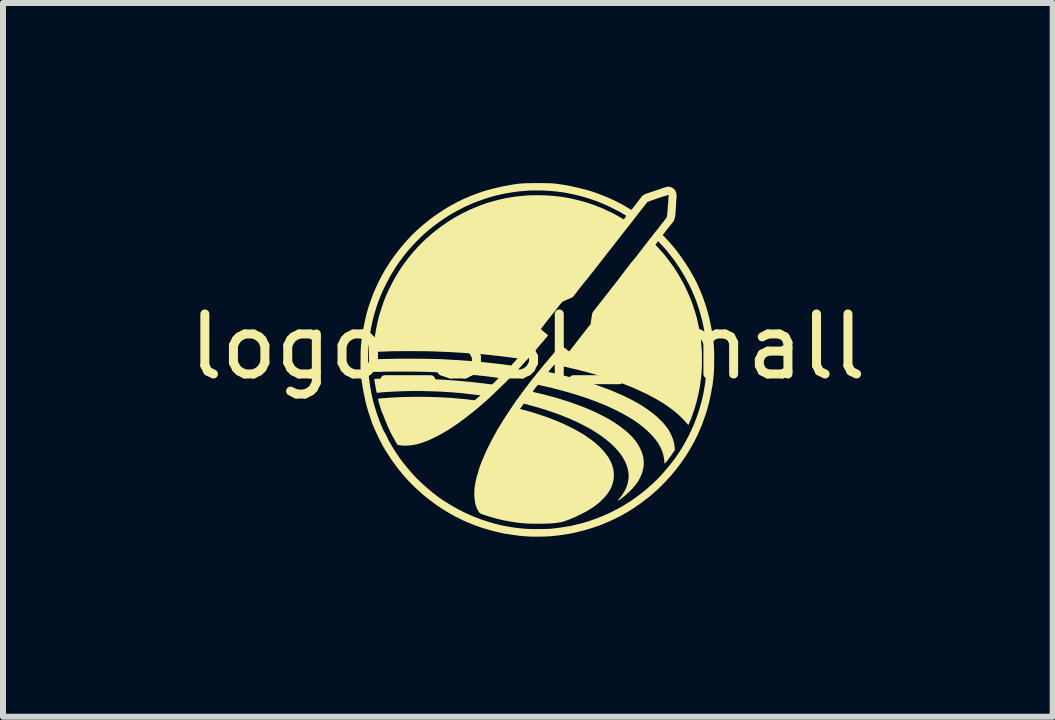
<source format=kicad_pcb>
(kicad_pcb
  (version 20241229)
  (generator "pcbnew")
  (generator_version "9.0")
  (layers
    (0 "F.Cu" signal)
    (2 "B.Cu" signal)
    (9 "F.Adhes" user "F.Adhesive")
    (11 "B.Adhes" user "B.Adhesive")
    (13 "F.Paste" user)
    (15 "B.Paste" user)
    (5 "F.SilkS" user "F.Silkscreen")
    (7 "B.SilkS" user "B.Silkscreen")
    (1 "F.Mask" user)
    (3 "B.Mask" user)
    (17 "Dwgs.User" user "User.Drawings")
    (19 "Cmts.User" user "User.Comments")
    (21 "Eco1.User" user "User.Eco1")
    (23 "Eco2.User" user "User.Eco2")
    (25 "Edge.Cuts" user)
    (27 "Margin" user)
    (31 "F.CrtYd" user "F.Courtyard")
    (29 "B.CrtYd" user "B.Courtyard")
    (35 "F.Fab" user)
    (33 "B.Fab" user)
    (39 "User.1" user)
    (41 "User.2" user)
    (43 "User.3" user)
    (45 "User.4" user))
  (footprint "logo_SSI_small"
    (layer "F.Cu")
    (at 5.744 3.226)
    (property "Reference" "logo_SSI_small" (at 0 -0.5 0) (unlocked yes) (layer "F.SilkS") (effects (font (size 1 1) (thickness 0.15))))
    (attr smd)
    (fp_poly (pts (xy 0.222 -3.225) (xy 0.276 -3.225) (xy 0.324 -3.224) (xy 0.367 -3.223) (xy 0.404 -3.221) (xy 0.436 -3.219) (xy 0.465 -3.216) (xy 0.488 -3.213) (xy 0.541 -3.205) (xy 0.586 -3.199) (xy 0.627 -3.192) (xy 0.664 -3.185) (xy 0.698 -3.179) (xy 0.731 -3.172) (xy 0.754 -3.167) (xy 0.771 -3.163) (xy 0.791 -3.158) (xy 0.808 -3.154) (xy 0.825 -3.15) (xy 0.846 -3.145) (xy 0.869 -3.14) (xy 0.884 -3.136) (xy 0.903 -3.131) (xy 0.919 -3.127) (xy 0.932 -3.124) (xy 0.938 -3.123) (xy 0.954 -3.119) (xy 0.975 -3.113) (xy 1 -3.106) (xy 1.027 -3.098) (xy 1.055 -3.09) (xy 1.08 -3.082) (xy 1.102 -3.075) (xy 1.118 -3.069) (xy 1.118 -3.069) (xy 1.125 -3.066) (xy 1.138 -3.061) (xy 1.154 -3.056) (xy 1.162 -3.053) (xy 1.228 -3.028) (xy 1.297 -3.001) (xy 1.364 -2.972) (xy 1.429 -2.942) (xy 1.48 -2.917) (xy 1.499 -2.907) (xy 1.52 -2.896) (xy 1.543 -2.884) (xy 1.565 -2.872) (xy 1.585 -2.861) (xy 1.6 -2.852) (xy 1.606 -2.849) (xy 1.619 -2.841) (xy 1.63 -2.835) (xy 1.637 -2.832) (xy 1.643 -2.829) (xy 1.654 -2.822) (xy 1.668 -2.813) (xy 1.682 -2.805) (xy 1.698 -2.795) (xy 1.711 -2.787) (xy 1.72 -2.782) (xy 1.724 -2.781) (xy 1.727 -2.784) (xy 1.735 -2.791) (xy 1.744 -2.802) (xy 1.744 -2.803) (xy 1.755 -2.817) (xy 1.765 -2.83) (xy 1.772 -2.838) (xy 1.779 -2.846) (xy 1.789 -2.859) (xy 1.8 -2.875) (xy 1.813 -2.892) (xy 1.814 -2.893) (xy 1.828 -2.911) (xy 1.841 -2.928) (xy 1.853 -2.944) (xy 1.862 -2.955) (xy 1.873 -2.969) (xy 1.884 -2.983) (xy 1.89 -2.992) (xy 1.899 -3.004) (xy 1.91 -3.015) (xy 1.914 -3.018) (xy 1.927 -3.027) (xy 1.944 -3.036) (xy 1.965 -3.046) (xy 1.986 -3.054) (xy 2.004 -3.061) (xy 2.01 -3.063) (xy 2.021 -3.066) (xy 2.038 -3.072) (xy 2.058 -3.078) (xy 2.08 -3.085) (xy 2.084 -3.087) (xy 2.107 -3.095) (xy 2.131 -3.103) (xy 2.153 -3.11) (xy 2.17 -3.115) (xy 2.171 -3.115) (xy 2.189 -3.121) (xy 2.205 -3.126) (xy 2.217 -3.131) (xy 2.219 -3.132) (xy 2.232 -3.138) (xy 2.248 -3.143) (xy 2.258 -3.147) (xy 2.286 -3.154) (xy 2.307 -3.16) (xy 2.323 -3.164) (xy 2.334 -3.166) (xy 2.342 -3.167) (xy 2.349 -3.166) (xy 2.354 -3.165) (xy 2.367 -3.162) (xy 2.38 -3.159) (xy 2.396 -3.154) (xy 2.413 -3.144) (xy 2.431 -3.13) (xy 2.447 -3.115) (xy 2.454 -3.106) (xy 2.465 -3.083) (xy 2.474 -3.055) (xy 2.478 -3.024) (xy 2.479 -2.991) (xy 2.476 -2.965) (xy 2.474 -2.952) (xy 2.473 -2.934) (xy 2.471 -2.913) (xy 2.47 -2.89) (xy 2.47 -2.889) (xy 2.469 -2.866) (xy 2.468 -2.845) (xy 2.467 -2.826) (xy 2.466 -2.813) (xy 2.466 -2.813) (xy 2.465 -2.798) (xy 2.464 -2.779) (xy 2.462 -2.759) (xy 2.462 -2.757) (xy 2.461 -2.737) (xy 2.46 -2.717) (xy 2.458 -2.7) (xy 2.458 -2.699) (xy 2.456 -2.683) (xy 2.453 -2.664) (xy 2.448 -2.644) (xy 2.447 -2.639) (xy 2.441 -2.62) (xy 2.435 -2.604) (xy 2.426 -2.588) (xy 2.413 -2.57) (xy 2.396 -2.549) (xy 2.391 -2.543) (xy 2.369 -2.516) (xy 2.351 -2.493) (xy 2.336 -2.475) (xy 2.323 -2.459) (xy 2.311 -2.443) (xy 2.308 -2.439) (xy 2.295 -2.422) (xy 2.281 -2.404) (xy 2.269 -2.388) (xy 2.266 -2.384) (xy 2.247 -2.361) (xy 2.299 -2.306) (xy 2.333 -2.269) (xy 2.367 -2.232) (xy 2.399 -2.196) (xy 2.426 -2.163) (xy 2.446 -2.139) (xy 2.46 -2.121) (xy 2.475 -2.101) (xy 2.489 -2.084) (xy 2.49 -2.083) (xy 2.514 -2.052) (xy 2.54 -2.015) (xy 2.569 -1.975) (xy 2.598 -1.933) (xy 2.627 -1.89) (xy 2.654 -1.848) (xy 2.673 -1.819) (xy 2.694 -1.783) (xy 2.717 -1.745) (xy 2.739 -1.706) (xy 2.76 -1.667) (xy 2.781 -1.63) (xy 2.799 -1.595) (xy 2.814 -1.564) (xy 2.826 -1.538) (xy 2.832 -1.525) (xy 2.837 -1.513) (xy 2.844 -1.497) (xy 2.852 -1.479) (xy 2.856 -1.471) (xy 2.865 -1.451) (xy 2.874 -1.429) (xy 2.883 -1.41) (xy 2.885 -1.405) (xy 2.891 -1.389) (xy 2.896 -1.376) (xy 2.9 -1.368) (xy 2.9 -1.367) (xy 2.906 -1.353) (xy 2.913 -1.333) (xy 2.922 -1.308) (xy 2.932 -1.279) (xy 2.943 -1.248) (xy 2.954 -1.216) (xy 2.965 -1.183) (xy 2.975 -1.152) (xy 2.983 -1.123) (xy 2.991 -1.099) (xy 2.992 -1.095) (xy 2.998 -1.072) (xy 3.005 -1.046) (xy 3.012 -1.019) (xy 3.019 -0.991) (xy 3.025 -0.965) (xy 3.03 -0.943) (xy 3.033 -0.927) (xy 3.034 -0.925) (xy 3.038 -0.905) (xy 3.042 -0.885) (xy 3.045 -0.868) (xy 3.046 -0.867) (xy 3.053 -0.833) (xy 3.061 -0.794) (xy 3.068 -0.752) (xy 3.07 -0.741) (xy 3.075 -0.706) (xy 3.08 -0.677) (xy 3.083 -0.656) (xy 3.085 -0.639) (xy 3.087 -0.628) (xy 3.087 -0.62) (xy 3.088 -0.619) (xy 3.088 -0.61) (xy 3.09 -0.595) (xy 3.092 -0.577) (xy 3.094 -0.563) (xy 3.097 -0.533) (xy 3.1 -0.496) (xy 3.102 -0.453) (xy 3.104 -0.407) (xy 3.105 -0.357) (xy 3.105 -0.305) (xy 3.105 -0.253) (xy 3.104 -0.201) (xy 3.103 -0.151) (xy 3.102 -0.104) (xy 3.099 -0.061) (xy 3.096 -0.024) (xy 3.094 -0.001) (xy 3.091 0.02) (xy 3.089 0.04) (xy 3.087 0.055) (xy 3.086 0.065) (xy 3.084 0.087) (xy 3.08 0.114) (xy 3.076 0.145) (xy 3.07 0.178) (xy 3.064 0.211) (xy 3.058 0.244) (xy 3.053 0.272) (xy 3.048 0.296) (xy 3.046 0.304) (xy 3.042 0.32) (xy 3.039 0.336) (xy 3.038 0.344) (xy 3.035 0.359) (xy 3.032 0.375) (xy 3.031 0.377) (xy 3.028 0.389) (xy 3.026 0.398) (xy 3.026 0.399) (xy 3.024 0.407) (xy 3.021 0.421) (xy 3.017 0.438) (xy 3.012 0.458) (xy 3.007 0.477) (xy 3.002 0.495) (xy 2.998 0.509) (xy 2.996 0.517) (xy 2.996 0.517) (xy 2.993 0.526) (xy 2.989 0.54) (xy 2.984 0.558) (xy 2.978 0.577) (xy 2.972 0.596) (xy 2.967 0.612) (xy 2.962 0.628) (xy 2.957 0.643) (xy 2.951 0.661) (xy 2.944 0.681) (xy 2.935 0.707) (xy 2.926 0.731) (xy 2.915 0.763) (xy 2.906 0.789) (xy 2.896 0.813) (xy 2.887 0.836) (xy 2.876 0.861) (xy 2.863 0.891) (xy 2.862 0.893) (xy 2.853 0.913) (xy 2.844 0.933) (xy 2.837 0.95) (xy 2.832 0.961) (xy 2.832 0.961) (xy 2.826 0.974) (xy 2.818 0.991) (xy 2.809 1.009) (xy 2.805 1.017) (xy 2.775 1.076) (xy 2.746 1.13) (xy 2.718 1.18) (xy 2.69 1.227) (xy 2.661 1.274) (xy 2.63 1.323) (xy 2.596 1.373) (xy 2.553 1.435) (xy 2.506 1.498) (xy 2.457 1.561) (xy 2.426 1.599) (xy 2.393 1.639) (xy 2.354 1.682) (xy 2.313 1.726) (xy 2.27 1.771) (xy 2.227 1.815) (xy 2.184 1.857) (xy 2.143 1.896) (xy 2.105 1.929) (xy 2.097 1.937) (xy 2.083 1.948) (xy 2.067 1.962) (xy 2.049 1.977) (xy 2.042 1.983) (xy 2.024 1.999) (xy 2.002 2.017) (xy 1.976 2.037) (xy 1.946 2.06) (xy 1.909 2.087) (xy 1.902 2.093) (xy 1.887 2.104) (xy 1.866 2.119) (xy 1.841 2.136) (xy 1.813 2.155) (xy 1.784 2.176) (xy 1.754 2.196) (xy 1.746 2.201) (xy 1.732 2.21) (xy 1.718 2.219) (xy 1.708 2.225) (xy 1.696 2.232) (xy 1.682 2.24) (xy 1.678 2.243) (xy 1.667 2.25) (xy 1.657 2.256) (xy 1.654 2.258) (xy 1.648 2.261) (xy 1.636 2.268) (xy 1.62 2.277) (xy 1.603 2.287) (xy 1.6 2.289) (xy 1.57 2.306) (xy 1.535 2.324) (xy 1.495 2.345) (xy 1.453 2.365) (xy 1.411 2.386) (xy 1.369 2.405) (xy 1.331 2.422) (xy 1.304 2.433) (xy 1.281 2.443) (xy 1.259 2.452) (xy 1.24 2.46) (xy 1.226 2.466) (xy 1.218 2.469) (xy 1.218 2.469) (xy 1.204 2.475) (xy 1.184 2.482) (xy 1.16 2.49) (xy 1.132 2.5) (xy 1.103 2.51) (xy 1.073 2.519) (xy 1.045 2.528) (xy 1.019 2.536) (xy 1.008 2.539) (xy 0.978 2.548) (xy 0.954 2.555) (xy 0.934 2.56) (xy 0.918 2.565) (xy 0.903 2.569) (xy 0.888 2.572) (xy 0.884 2.574) (xy 0.849 2.582) (xy 0.819 2.59) (xy 0.792 2.596) (xy 0.772 2.601) (xy 0.757 2.604) (xy 0.75 2.606) (xy 0.742 2.607) (xy 0.729 2.609) (xy 0.714 2.612) (xy 0.71 2.613) (xy 0.666 2.621) (xy 0.616 2.629) (xy 0.564 2.637) (xy 0.51 2.644) (xy 0.458 2.65) (xy 0.409 2.655) (xy 0.365 2.659) (xy 0.36 2.659) (xy 0.328 2.661) (xy 0.291 2.662) (xy 0.25 2.664) (xy 0.207 2.664) (xy 0.164 2.665) (xy 0.123 2.665) (xy 0.087 2.665) (xy 0.078 2.665) (xy 0.037 2.663) (xy -0.006 2.661) (xy -0.051 2.658) (xy -0.095 2.655) (xy -0.135 2.651) (xy -0.166 2.647) (xy -0.19 2.644) (xy -0.215 2.64) (xy -0.237 2.637) (xy -0.255 2.635) (xy -0.256 2.635) (xy -0.276 2.632) (xy -0.298 2.628) (xy -0.316 2.625) (xy -0.317 2.625) (xy -0.334 2.622) (xy -0.349 2.62) (xy -0.359 2.619) (xy -0.37 2.618) (xy -0.386 2.616) (xy -0.397 2.613) (xy -0.412 2.609) (xy -0.424 2.607) (xy -0.43 2.605) (xy -0.441 2.603) (xy -0.459 2.6) (xy -0.481 2.595) (xy -0.506 2.588) (xy -0.534 2.582) (xy -0.562 2.575) (xy -0.588 2.568) (xy -0.612 2.561) (xy -0.614 2.561) (xy -0.672 2.544) (xy -0.723 2.529) (xy -0.77 2.515) (xy -0.812 2.501) (xy -0.852 2.487) (xy -0.89 2.472) (xy -0.929 2.457) (xy -0.946 2.45) (xy -0.969 2.441) (xy -0.993 2.431) (xy -1.017 2.421) (xy -1.028 2.416) (xy -1.044 2.409) (xy -1.065 2.4) (xy -1.09 2.388) (xy -1.118 2.374) (xy -1.147 2.36) (xy -1.176 2.345) (xy -1.204 2.331) (xy -1.228 2.319) (xy -1.24 2.312) (xy -1.266 2.298) (xy -1.295 2.281) (xy -1.326 2.264) (xy -1.357 2.245) (xy -1.386 2.227) (xy -1.413 2.211) (xy -1.435 2.196) (xy -1.446 2.189) (xy -1.463 2.177) (xy -1.483 2.164) (xy -1.502 2.151) (xy -1.505 2.149) (xy -1.52 2.138) (xy -1.533 2.129) (xy -1.546 2.121) (xy -1.559 2.111) (xy -1.574 2.1) (xy -1.594 2.085) (xy -1.601 2.079) (xy -1.619 2.066) (xy -1.637 2.052) (xy -1.652 2.04) (xy -1.662 2.033) (xy -1.702 2.002) (xy -1.745 1.966) (xy -1.791 1.926) (xy -1.839 1.882) (xy -1.886 1.838) (xy -1.933 1.792) (xy -1.978 1.746) (xy -2.02 1.701) (xy -2.058 1.659) (xy -2.091 1.62) (xy -2.105 1.602) (xy -2.116 1.588) (xy -2.127 1.575) (xy -2.135 1.566) (xy -2.135 1.566) (xy -2.142 1.558) (xy -2.151 1.546) (xy -2.164 1.53) (xy -2.178 1.511) (xy -2.191 1.493) (xy -2.206 1.474) (xy -2.219 1.455) (xy -2.231 1.44) (xy -2.239 1.429) (xy -2.243 1.423) (xy -2.248 1.417) (xy -2.256 1.405) (xy -2.267 1.389) (xy -2.28 1.37) (xy -2.294 1.349) (xy -2.307 1.329) (xy -2.32 1.31) (xy -2.331 1.293) (xy -2.339 1.28) (xy -2.344 1.273) (xy -2.35 1.263) (xy -2.358 1.25) (xy -2.365 1.239) (xy -2.373 1.226) (xy -2.384 1.208) (xy -2.394 1.189) (xy -2.398 1.183) (xy -2.407 1.167) (xy -2.416 1.151) (xy -2.423 1.139) (xy -2.425 1.135) (xy -2.441 1.106) (xy -2.458 1.073) (xy -2.477 1.036) (xy -2.496 0.996) (xy -2.515 0.955) (xy -2.534 0.914) (xy -2.552 0.874) (xy -2.568 0.836) (xy -2.583 0.801) (xy -2.595 0.771) (xy -2.604 0.745) (xy -2.607 0.735) (xy -2.61 0.726) (xy -2.615 0.711) (xy -2.621 0.693) (xy -2.627 0.676) (xy -2.633 0.659) (xy -2.638 0.645) (xy -2.641 0.635) (xy -2.642 0.631) (xy -2.642 0.631) (xy -2.642 0.628) (xy -2.645 0.62) (xy -2.647 0.616) (xy -2.651 0.606) (xy -2.656 0.59) (xy -2.661 0.572) (xy -2.665 0.561) (xy -2.67 0.542) (xy -2.676 0.522) (xy -2.681 0.506) (xy -2.682 0.5) (xy -2.686 0.487) (xy -2.689 0.475) (xy -2.69 0.471) (xy -2.692 0.462) (xy -2.695 0.449) (xy -2.698 0.442) (xy -2.7 0.431) (xy -2.704 0.414) (xy -2.709 0.394) (xy -2.713 0.372) (xy -2.718 0.351) (xy -2.722 0.332) (xy -2.725 0.317) (xy -2.726 0.309) (xy -2.728 0.301) (xy -2.731 0.288) (xy -2.732 0.284) (xy -2.735 0.27) (xy -2.738 0.256) (xy -2.738 0.253) (xy -2.74 0.24) (xy -2.743 0.225) (xy -2.744 0.222) (xy -2.747 0.204) (xy -2.751 0.18) (xy -2.756 0.153) (xy -2.76 0.123) (xy -2.765 0.093) (xy -2.769 0.065) (xy -2.772 0.04) (xy -2.773 0.021) (xy -2.774 0.017) (xy -2.775 0.006) (xy -2.776 -0.01) (xy -2.778 -0.032) (xy -2.781 -0.055) (xy -2.782 -0.069) (xy -2.784 -0.086) (xy -2.785 -0.104) (xy -2.786 -0.123) (xy -2.787 -0.143) (xy -2.787 -0.166) (xy -2.788 -0.193) (xy -2.788 -0.225) (xy -2.787 -0.243) (xy -2.662 -0.243) (xy -2.66 -0.173) (xy -2.659 -0.141) (xy -2.657 -0.108) (xy -2.655 -0.077) (xy -2.653 -0.049) (xy -2.651 -0.026) (xy -2.65 -0.011) (xy -2.647 0.01) (xy -2.645 0.03) (xy -2.643 0.046) (xy -2.642 0.055) (xy -2.64 0.067) (xy -2.638 0.084) (xy -2.635 0.104) (xy -2.634 0.113) (xy -2.631 0.134) (xy -2.627 0.156) (xy -2.625 0.175) (xy -2.624 0.181) (xy -2.616 0.226) (xy -2.609 0.268) (xy -2.601 0.304) (xy -2.6 0.309) (xy -2.592 0.344) (xy -2.585 0.373) (xy -2.579 0.397) (xy -2.574 0.417) (xy -2.57 0.434) (xy -2.565 0.451) (xy -2.561 0.468) (xy -2.555 0.487) (xy -2.548 0.509) (xy -2.54 0.535) (xy -2.538 0.543) (xy -2.517 0.609) (xy -2.494 0.675) (xy -2.47 0.74) (xy -2.446 0.801) (xy -2.421 0.858) (xy -2.412 0.879) (xy -2.405 0.894) (xy -2.399 0.906) (xy -2.396 0.914) (xy -2.396 0.916) (xy -2.393 0.919) (xy -2.392 0.919) (xy -2.389 0.923) (xy -2.383 0.932) (xy -2.375 0.946) (xy -2.366 0.964) (xy -2.358 0.979) (xy -2.348 0.999) (xy -2.34 1.016) (xy -2.334 1.029) (xy -2.331 1.037) (xy -2.33 1.039) (xy -2.33 1.042) (xy -2.326 1.05) (xy -2.325 1.052) (xy -2.319 1.062) (xy -2.311 1.076) (xy -2.303 1.092) (xy -2.302 1.093) (xy -2.292 1.11) (xy -2.283 1.126) (xy -2.274 1.139) (xy -2.274 1.14) (xy -2.266 1.153) (xy -2.256 1.17) (xy -2.248 1.183) (xy -2.239 1.199) (xy -2.226 1.219) (xy -2.211 1.243) (xy -2.194 1.268) (xy -2.176 1.295) (xy -2.158 1.321) (xy -2.141 1.346) (xy -2.125 1.369) (xy -2.111 1.388) (xy -2.1 1.402) (xy -2.094 1.41) (xy -2.09 1.415) (xy -2.082 1.425) (xy -2.073 1.437) (xy -2.068 1.443) (xy -2.056 1.459) (xy -2.044 1.474) (xy -2.034 1.486) (xy -2.032 1.489) (xy -2.022 1.501) (xy -2.009 1.516) (xy -2 1.527) (xy -1.97 1.563) (xy -1.936 1.601) (xy -1.901 1.641) (xy -1.864 1.68) (xy -1.827 1.717) (xy -1.793 1.75) (xy -1.762 1.779) (xy -1.744 1.795) (xy -1.725 1.812) (xy -1.708 1.828) (xy -1.694 1.84) (xy -1.69 1.843) (xy -1.663 1.867) (xy -1.632 1.893) (xy -1.598 1.921) (xy -1.563 1.949) (xy -1.527 1.976) (xy -1.493 2.002) (xy -1.461 2.025) (xy -1.431 2.046) (xy -1.407 2.062) (xy -1.401 2.065) (xy -1.393 2.07) (xy -1.38 2.079) (xy -1.363 2.089) (xy -1.344 2.101) (xy -1.335 2.107) (xy -1.28 2.141) (xy -1.222 2.175) (xy -1.16 2.209) (xy -1.097 2.241) (xy -1.035 2.272) (xy -0.974 2.3) (xy -0.916 2.325) (xy -0.862 2.346) (xy -0.853 2.35) (xy -0.834 2.357) (xy -0.817 2.363) (xy -0.804 2.368) (xy -0.797 2.371) (xy -0.797 2.371) (xy -0.789 2.374) (xy -0.774 2.38) (xy -0.754 2.386) (xy -0.73 2.394) (xy -0.704 2.403) (xy -0.676 2.411) (xy -0.648 2.42) (xy -0.621 2.428) (xy -0.602 2.433) (xy -0.588 2.437) (xy -0.577 2.441) (xy -0.571 2.444) (xy -0.562 2.447) (xy -0.557 2.447) (xy -0.55 2.448) (xy -0.538 2.451) (xy -0.529 2.453) (xy -0.512 2.458) (xy -0.493 2.463) (xy -0.486 2.466) (xy -0.472 2.469) (xy -0.459 2.472) (xy -0.453 2.473) (xy -0.443 2.475) (xy -0.429 2.478) (xy -0.422 2.479) (xy -0.408 2.483) (xy -0.394 2.485) (xy -0.39 2.486) (xy -0.378 2.488) (xy -0.364 2.49) (xy -0.36 2.491) (xy -0.342 2.495) (xy -0.321 2.498) (xy -0.296 2.503) (xy -0.269 2.507) (xy -0.242 2.511) (xy -0.217 2.515) (xy -0.194 2.518) (xy -0.175 2.521) (xy -0.162 2.522) (xy -0.157 2.523) (xy -0.15 2.523) (xy -0.136 2.525) (xy -0.119 2.526) (xy -0.099 2.529) (xy -0.097 2.529) (xy -0.073 2.531) (xy -0.047 2.533) (xy -0.024 2.535) (xy -0.008 2.535) (xy 0.008 2.536) (xy 0.022 2.536) (xy 0.03 2.537) (xy 0.032 2.538) (xy 0.036 2.538) (xy 0.047 2.538) (xy 0.064 2.538) (xy 0.086 2.538) (xy 0.112 2.538) (xy 0.141 2.538) (xy 0.171 2.538) (xy 0.203 2.538) (xy 0.234 2.537) (xy 0.263 2.537) (xy 0.291 2.537) (xy 0.315 2.536) (xy 0.335 2.536) (xy 0.348 2.535) (xy 0.366 2.534) (xy 0.391 2.532) (xy 0.42 2.529) (xy 0.453 2.525) (xy 0.488 2.521) (xy 0.522 2.516) (xy 0.556 2.512) (xy 0.586 2.507) (xy 0.612 2.503) (xy 0.62 2.502) (xy 0.64 2.498) (xy 0.663 2.494) (xy 0.68 2.491) (xy 0.697 2.489) (xy 0.715 2.485) (xy 0.733 2.482) (xy 0.754 2.477) (xy 0.779 2.471) (xy 0.809 2.464) (xy 0.834 2.457) (xy 0.857 2.452) (xy 0.878 2.446) (xy 0.895 2.442) (xy 0.908 2.439) (xy 0.913 2.438) (xy 0.94 2.43) (xy 0.972 2.421) (xy 1.009 2.409) (xy 1.048 2.396) (xy 1.089 2.381) (xy 1.13 2.367) (xy 1.168 2.352) (xy 1.203 2.339) (xy 1.234 2.326) (xy 1.25 2.319) (xy 1.261 2.315) (xy 1.276 2.308) (xy 1.294 2.3) (xy 1.309 2.294) (xy 1.35 2.275) (xy 1.396 2.253) (xy 1.445 2.228) (xy 1.495 2.202) (xy 1.544 2.175) (xy 1.591 2.148) (xy 1.633 2.122) (xy 1.642 2.116) (xy 1.651 2.111) (xy 1.662 2.105) (xy 1.676 2.096) (xy 1.696 2.084) (xy 1.719 2.068) (xy 1.746 2.049) (xy 1.776 2.028) (xy 1.806 2.006) (xy 1.837 1.984) (xy 1.867 1.961) (xy 1.895 1.94) (xy 1.914 1.925) (xy 1.958 1.889) (xy 2.005 1.849) (xy 2.056 1.803) (xy 2.109 1.755) (xy 2.127 1.737) (xy 2.162 1.703) (xy 2.201 1.663) (xy 2.241 1.619) (xy 2.283 1.571) (xy 2.325 1.521) (xy 2.367 1.47) (xy 2.407 1.419) (xy 2.445 1.37) (xy 2.45 1.363) (xy 2.457 1.353) (xy 2.468 1.337) (xy 2.482 1.317) (xy 2.497 1.295) (xy 2.512 1.271) (xy 2.528 1.248) (xy 2.542 1.226) (xy 2.553 1.208) (xy 2.562 1.195) (xy 2.594 1.141) (xy 2.627 1.082) (xy 2.66 1.02) (xy 2.692 0.959) (xy 2.72 0.899) (xy 2.738 0.859) (xy 2.748 0.837) (xy 2.757 0.816) (xy 2.765 0.798) (xy 2.771 0.785) (xy 2.774 0.777) (xy 2.778 0.767) (xy 2.783 0.753) (xy 2.788 0.739) (xy 2.793 0.726) (xy 2.797 0.715) (xy 2.8 0.709) (xy 2.802 0.704) (xy 2.807 0.693) (xy 2.812 0.679) (xy 2.814 0.673) (xy 2.82 0.657) (xy 2.825 0.641) (xy 2.83 0.63) (xy 2.83 0.629) (xy 2.834 0.618) (xy 2.836 0.61) (xy 2.836 0.61) (xy 2.837 0.601) (xy 2.84 0.595) (xy 2.844 0.584) (xy 2.849 0.568) (xy 2.856 0.547) (xy 2.863 0.523) (xy 2.87 0.498) (xy 2.878 0.473) (xy 2.884 0.45) (xy 2.889 0.431) (xy 2.893 0.417) (xy 2.894 0.413) (xy 2.895 0.406) (xy 2.898 0.394) (xy 2.902 0.377) (xy 2.907 0.357) (xy 2.907 0.357) (xy 2.912 0.336) (xy 2.917 0.315) (xy 2.921 0.297) (xy 2.924 0.285) (xy 2.928 0.263) (xy 2.932 0.24) (xy 2.936 0.217) (xy 2.939 0.198) (xy 2.942 0.183) (xy 2.942 0.179) (xy 2.944 0.169) (xy 2.946 0.153) (xy 2.949 0.136) (xy 2.95 0.131) (xy 2.952 0.121) (xy 2.953 0.11) (xy 2.955 0.097) (xy 2.957 0.082) (xy 2.959 0.063) (xy 2.962 0.04) (xy 2.965 0.012) (xy 2.969 -0.023) (xy 2.972 -0.059) (xy 2.974 -0.082) (xy 2.976 -0.112) (xy 2.977 -0.147) (xy 2.978 -0.187) (xy 2.979 -0.229) (xy 2.979 -0.272) (xy 2.979 -0.316) (xy 2.979 -0.358) (xy 2.978 -0.397) (xy 2.977 -0.433) (xy 2.975 -0.463) (xy 2.974 -0.477) (xy 2.969 -0.537) (xy 2.963 -0.593) (xy 2.957 -0.643) (xy 2.951 -0.686) (xy 2.95 -0.695) (xy 2.947 -0.713) (xy 2.944 -0.729) (xy 2.943 -0.742) (xy 2.942 -0.745) (xy 2.939 -0.764) (xy 2.935 -0.789) (xy 2.93 -0.818) (xy 2.923 -0.848) (xy 2.917 -0.879) (xy 2.91 -0.908) (xy 2.904 -0.934) (xy 2.904 -0.935) (xy 2.9 -0.951) (xy 2.896 -0.965) (xy 2.894 -0.975) (xy 2.894 -0.977) (xy 2.891 -0.985) (xy 2.888 -0.999) (xy 2.883 -1.014) (xy 2.883 -1.015) (xy 2.879 -1.03) (xy 2.876 -1.043) (xy 2.873 -1.05) (xy 2.873 -1.051) (xy 2.869 -1.068) (xy 2.862 -1.09) (xy 2.854 -1.116) (xy 2.845 -1.144) (xy 2.835 -1.173) (xy 2.826 -1.202) (xy 2.816 -1.23) (xy 2.808 -1.254) (xy 2.8 -1.275) (xy 2.794 -1.29) (xy 2.792 -1.295) (xy 2.789 -1.303) (xy 2.784 -1.315) (xy 2.78 -1.325) (xy 2.774 -1.339) (xy 2.769 -1.353) (xy 2.766 -1.359) (xy 2.762 -1.368) (xy 2.756 -1.382) (xy 2.749 -1.398) (xy 2.746 -1.406) (xy 2.731 -1.441) (xy 2.711 -1.483) (xy 2.689 -1.528) (xy 2.664 -1.576) (xy 2.637 -1.625) (xy 2.61 -1.674) (xy 2.582 -1.722) (xy 2.555 -1.767) (xy 2.529 -1.809) (xy 2.505 -1.845) (xy 2.504 -1.847) (xy 2.486 -1.874) (xy 2.471 -1.895) (xy 2.459 -1.913) (xy 2.449 -1.927) (xy 2.44 -1.94) (xy 2.431 -1.952) (xy 2.421 -1.964) (xy 2.41 -1.979) (xy 2.408 -1.981) (xy 2.374 -2.025) (xy 2.343 -2.064) (xy 2.315 -2.099) (xy 2.288 -2.131) (xy 2.26 -2.161) (xy 2.232 -2.192) (xy 2.215 -2.21) (xy 2.17 -2.258) (xy 2.149 -2.23) (xy 2.139 -2.217) (xy 2.132 -2.206) (xy 2.128 -2.199) (xy 2.128 -2.198) (xy 2.131 -2.193) (xy 2.137 -2.185) (xy 2.141 -2.182) (xy 2.148 -2.175) (xy 2.159 -2.164) (xy 2.172 -2.149) (xy 2.187 -2.132) (xy 2.195 -2.123) (xy 2.21 -2.106) (xy 2.223 -2.091) (xy 2.234 -2.08) (xy 2.24 -2.073) (xy 2.242 -2.071) (xy 2.248 -2.065) (xy 2.257 -2.054) (xy 2.27 -2.039) (xy 2.285 -2.02) (xy 2.302 -1.998) (xy 2.32 -1.975) (xy 2.338 -1.952) (xy 2.355 -1.928) (xy 2.372 -1.907) (xy 2.386 -1.887) (xy 2.39 -1.881) (xy 2.406 -1.859) (xy 2.418 -1.842) (xy 2.427 -1.83) (xy 2.434 -1.82) (xy 2.44 -1.811) (xy 2.445 -1.803) (xy 2.451 -1.794) (xy 2.458 -1.783) (xy 2.458 -1.783) (xy 2.468 -1.767) (xy 2.48 -1.748) (xy 2.491 -1.732) (xy 2.499 -1.719) (xy 2.505 -1.709) (xy 2.508 -1.703) (xy 2.508 -1.703) (xy 2.51 -1.699) (xy 2.515 -1.69) (xy 2.521 -1.68) (xy 2.53 -1.665) (xy 2.541 -1.647) (xy 2.55 -1.631) (xy 2.56 -1.612) (xy 2.571 -1.592) (xy 2.58 -1.577) (xy 2.594 -1.551) (xy 2.61 -1.521) (xy 2.625 -1.489) (xy 2.64 -1.459) (xy 2.644 -1.449) (xy 2.652 -1.431) (xy 2.66 -1.414) (xy 2.666 -1.399) (xy 2.667 -1.399) (xy 2.673 -1.385) (xy 2.681 -1.368) (xy 2.688 -1.35) (xy 2.69 -1.345) (xy 2.697 -1.329) (xy 2.703 -1.315) (xy 2.707 -1.305) (xy 2.708 -1.303) (xy 2.713 -1.291) (xy 2.72 -1.272) (xy 2.729 -1.249) (xy 2.739 -1.221) (xy 2.749 -1.191) (xy 2.76 -1.16) (xy 2.77 -1.128) (xy 2.78 -1.098) (xy 2.789 -1.07) (xy 2.796 -1.045) (xy 2.802 -1.025) (xy 2.802 -1.025) (xy 2.807 -1.008) (xy 2.812 -0.991) (xy 2.815 -0.98) (xy 2.818 -0.968) (xy 2.821 -0.957) (xy 2.822 -0.954) (xy 2.825 -0.936) (xy 2.829 -0.916) (xy 2.834 -0.897) (xy 2.837 -0.88) (xy 2.84 -0.869) (xy 2.84 -0.869) (xy 2.846 -0.842) (xy 2.852 -0.81) (xy 2.859 -0.773) (xy 2.866 -0.732) (xy 2.873 -0.691) (xy 2.879 -0.65) (xy 2.884 -0.61) (xy 2.886 -0.593) (xy 2.893 -0.509) (xy 2.899 -0.422) (xy 2.901 -0.332) (xy 2.901 -0.242) (xy 2.899 -0.152) (xy 2.894 -0.065) (xy 2.886 0.017) (xy 2.876 0.094) (xy 2.876 0.097) (xy 2.873 0.114) (xy 2.871 0.132) (xy 2.87 0.141) (xy 2.868 0.152) (xy 2.865 0.169) (xy 2.862 0.189) (xy 2.858 0.209) (xy 2.853 0.23) (xy 2.849 0.25) (xy 2.846 0.268) (xy 2.844 0.279) (xy 2.841 0.294) (xy 2.838 0.308) (xy 2.837 0.313) (xy 2.834 0.323) (xy 2.83 0.338) (xy 2.827 0.354) (xy 2.826 0.357) (xy 2.822 0.375) (xy 2.818 0.393) (xy 2.814 0.406) (xy 2.814 0.407) (xy 2.81 0.421) (xy 2.806 0.438) (xy 2.802 0.451) (xy 2.795 0.476) (xy 2.787 0.504) (xy 2.777 0.535) (xy 2.766 0.568) (xy 2.755 0.601) (xy 2.743 0.635) (xy 2.731 0.667) (xy 2.72 0.698) (xy 2.709 0.727) (xy 2.698 0.752) (xy 2.689 0.773) (xy 2.682 0.789) (xy 2.676 0.799) (xy 2.673 0.803) (xy 2.673 0.803) (xy 2.669 0.799) (xy 2.661 0.791) (xy 2.651 0.779) (xy 2.642 0.769) (xy 2.589 0.711) (xy 2.536 0.658) (xy 2.48 0.607) (xy 2.444 0.578) (xy 2.387 0.534) (xy 2.329 0.492) (xy 2.269 0.451) (xy 2.205 0.411) (xy 2.138 0.372) (xy 2.066 0.333) (xy 1.99 0.293) (xy 1.907 0.254) (xy 1.819 0.213) (xy 1.723 0.171) (xy 1.71 0.165) (xy 1.699 0.161) (xy 1.685 0.156) (xy 1.678 0.153) (xy 1.666 0.149) (xy 1.657 0.144) (xy 1.654 0.143) (xy 1.647 0.139) (xy 1.645 0.139) (xy 1.639 0.138) (xy 1.628 0.134) (xy 1.623 0.132) (xy 1.611 0.127) (xy 1.592 0.119) (xy 1.569 0.111) (xy 1.542 0.101) (xy 1.513 0.09) (xy 1.482 0.079) (xy 1.45 0.067) (xy 1.418 0.056) (xy 1.388 0.046) (xy 1.361 0.037) (xy 1.337 0.029) (xy 1.318 0.022) (xy 1.304 0.018) (xy 1.299 0.017) (xy 1.292 0.015) (xy 1.279 0.011) (xy 1.264 0.006) (xy 1.257 0.004) (xy 1.238 -0.002) (xy 1.213 -0.01) (xy 1.183 -0.019) (xy 1.15 -0.029) (xy 1.116 -0.039) (xy 1.081 -0.049) (xy 1.048 -0.058) (xy 1.018 -0.067) (xy 0.993 -0.074) (xy 0.974 -0.078) (xy 0.968 -0.08) (xy 0.957 -0.083) (xy 0.952 -0.084) (xy 0.94 -0.088) (xy 0.93 -0.09) (xy 0.927 -0.091) (xy 0.92 -0.093) (xy 0.908 -0.096) (xy 0.899 -0.098) (xy 0.888 -0.101) (xy 0.871 -0.106) (xy 0.851 -0.111) (xy 0.83 -0.116) (xy 0.811 -0.121) (xy 0.795 -0.124) (xy 0.784 -0.127) (xy 0.784 -0.127) (xy 0.777 -0.128) (xy 0.765 -0.131) (xy 0.75 -0.134) (xy 0.75 -0.134) (xy 0.731 -0.139) (xy 0.711 -0.144) (xy 0.698 -0.147) (xy 0.684 -0.15) (xy 0.664 -0.155) (xy 0.643 -0.16) (xy 0.632 -0.162) (xy 0.606 -0.168) (xy 0.578 -0.175) (xy 0.552 -0.18) (xy 0.529 -0.185) (xy 0.516 -0.187) (xy 0.507 -0.189) (xy 0.493 -0.192) (xy 0.483 -0.195) (xy 0.467 -0.199) (xy 0.455 -0.2) (xy 0.445 -0.198) (xy 0.436 -0.192) (xy 0.425 -0.181) (xy 0.415 -0.17) (xy 0.39 -0.14) (xy 0.37 -0.117) (xy 0.356 -0.099) (xy 0.347 -0.088) (xy 0.344 -0.082) (xy 0.344 -0.082) (xy 0.348 -0.079) (xy 0.358 -0.075) (xy 0.375 -0.071) (xy 0.396 -0.067) (xy 0.407 -0.065) (xy 0.42 -0.061) (xy 0.422 -0.061) (xy 0.44 -0.057) (xy 0.462 -0.051) (xy 0.488 -0.045) (xy 0.515 -0.039) (xy 0.541 -0.032) (xy 0.565 -0.027) (xy 0.586 -0.022) (xy 0.6 -0.019) (xy 0.602 -0.019) (xy 0.61 -0.017) (xy 0.622 -0.014) (xy 0.638 -0.01) (xy 0.64 -0.009) (xy 0.655 -0.005) (xy 0.675 -0.000167) (xy 0.698 0.006) (xy 0.723 0.012) (xy 0.734 0.015) (xy 0.762 0.023) (xy 0.793 0.031) (xy 0.824 0.04) (xy 0.851 0.047) (xy 0.856 0.049) (xy 0.878 0.055) (xy 0.899 0.062) (xy 0.916 0.067) (xy 0.929 0.07) (xy 0.932 0.071) (xy 0.945 0.075) (xy 0.964 0.08) (xy 0.987 0.087) (xy 1.012 0.096) (xy 1.04 0.104) (xy 1.068 0.113) (xy 1.095 0.122) (xy 1.12 0.13) (xy 1.141 0.137) (xy 1.157 0.143) (xy 1.168 0.147) (xy 1.169 0.147) (xy 1.176 0.15) (xy 1.189 0.155) (xy 1.206 0.161) (xy 1.226 0.168) (xy 1.234 0.171) (xy 1.257 0.179) (xy 1.281 0.188) (xy 1.307 0.197) (xy 1.332 0.207) (xy 1.355 0.216) (xy 1.375 0.223) (xy 1.389 0.229) (xy 1.394 0.231) (xy 1.4 0.234) (xy 1.412 0.239) (xy 1.429 0.246) (xy 1.449 0.254) (xy 1.464 0.261) (xy 1.519 0.285) (xy 1.576 0.31) (xy 1.633 0.337) (xy 1.689 0.364) (xy 1.741 0.391) (xy 1.789 0.417) (xy 1.829 0.44) (xy 1.845 0.449) (xy 1.858 0.457) (xy 1.867 0.462) (xy 1.871 0.463) (xy 1.875 0.465) (xy 1.885 0.471) (xy 1.899 0.481) (xy 1.916 0.492) (xy 1.936 0.505) (xy 1.957 0.519) (xy 1.978 0.534) (xy 1.999 0.548) (xy 2.017 0.561) (xy 2.033 0.572) (xy 2.044 0.58) (xy 2.099 0.623) (xy 2.152 0.668) (xy 2.202 0.716) (xy 2.249 0.763) (xy 2.29 0.811) (xy 2.325 0.856) (xy 2.329 0.861) (xy 2.365 0.92) (xy 2.395 0.981) (xy 2.419 1.043) (xy 2.436 1.106) (xy 2.446 1.168) (xy 2.447 1.184) (xy 2.449 1.222) (xy 2.434 1.245) (xy 2.422 1.263) (xy 2.412 1.277) (xy 2.403 1.29) (xy 2.393 1.304) (xy 2.382 1.32) (xy 2.367 1.34) (xy 2.343 1.372) (xy 2.324 1.398) (xy 2.308 1.418) (xy 2.296 1.432) (xy 2.287 1.442) (xy 2.281 1.447) (xy 2.278 1.447) (xy 2.276 1.444) (xy 2.276 1.442) (xy 2.275 1.418) (xy 2.272 1.39) (xy 2.268 1.359) (xy 2.262 1.328) (xy 2.256 1.299) (xy 2.249 1.272) (xy 2.242 1.251) (xy 2.24 1.245) (xy 2.237 1.238) (xy 2.231 1.225) (xy 2.226 1.211) (xy 2.2 1.158) (xy 2.168 1.103) (xy 2.127 1.047) (xy 2.079 0.99) (xy 2.024 0.933) (xy 1.978 0.889) (xy 1.932 0.849) (xy 1.885 0.811) (xy 1.835 0.773) (xy 1.78 0.736) (xy 1.754 0.718) (xy 1.664 0.663) (xy 1.567 0.609) (xy 1.464 0.556) (xy 1.356 0.505) (xy 1.304 0.482) (xy 1.283 0.473) (xy 1.261 0.464) (xy 1.241 0.456) (xy 1.228 0.451) (xy 1.212 0.444) (xy 1.197 0.438) (xy 1.186 0.434) (xy 1.185 0.433) (xy 1.176 0.429) (xy 1.17 0.427) (xy 1.17 0.427) (xy 1.165 0.426) (xy 1.156 0.422) (xy 1.155 0.421) (xy 1.145 0.418) (xy 1.131 0.412) (xy 1.114 0.406) (xy 1.102 0.401) (xy 1.085 0.395) (xy 1.069 0.39) (xy 1.058 0.385) (xy 1.054 0.384) (xy 1.04 0.378) (xy 1.021 0.371) (xy 0.995 0.362) (xy 0.966 0.352) (xy 0.935 0.341) (xy 0.902 0.331) (xy 0.868 0.32) (xy 0.836 0.31) (xy 0.816 0.303) (xy 0.791 0.296) (xy 0.764 0.287) (xy 0.737 0.279) (xy 0.72 0.274) (xy 0.701 0.268) (xy 0.685 0.263) (xy 0.672 0.259) (xy 0.666 0.258) (xy 0.658 0.256) (xy 0.643 0.252) (xy 0.622 0.246) (xy 0.593 0.238) (xy 0.574 0.233) (xy 0.558 0.229) (xy 0.539 0.224) (xy 0.521 0.219) (xy 0.504 0.214) (xy 0.491 0.211) (xy 0.484 0.209) (xy 0.484 0.209) (xy 0.478 0.208) (xy 0.466 0.205) (xy 0.449 0.201) (xy 0.429 0.195) (xy 0.414 0.191) (xy 0.391 0.185) (xy 0.369 0.18) (xy 0.35 0.175) (xy 0.336 0.172) (xy 0.331 0.171) (xy 0.318 0.169) (xy 0.307 0.166) (xy 0.304 0.165) (xy 0.294 0.163) (xy 0.287 0.161) (xy 0.271 0.158) (xy 0.247 0.153) (xy 0.215 0.145) (xy 0.206 0.143) (xy 0.171 0.135) (xy 0.157 0.148) (xy 0.147 0.159) (xy 0.136 0.173) (xy 0.13 0.181) (xy 0.12 0.195) (xy 0.108 0.212) (xy 0.098 0.225) (xy 0.09 0.237) (xy 0.084 0.247) (xy 0.082 0.252) (xy 0.082 0.252) (xy 0.087 0.254) (xy 0.097 0.257) (xy 0.101 0.257) (xy 0.116 0.26) (xy 0.132 0.264) (xy 0.138 0.265) (xy 0.152 0.269) (xy 0.171 0.273) (xy 0.188 0.277) (xy 0.215 0.283) (xy 0.244 0.29) (xy 0.277 0.299) (xy 0.313 0.308) (xy 0.355 0.32) (xy 0.403 0.333) (xy 0.428 0.34) (xy 0.454 0.347) (xy 0.482 0.355) (xy 0.512 0.364) (xy 0.543 0.373) (xy 0.574 0.383) (xy 0.603 0.392) (xy 0.63 0.4) (xy 0.653 0.407) (xy 0.672 0.413) (xy 0.685 0.418) (xy 0.69 0.42) (xy 0.698 0.423) (xy 0.71 0.427) (xy 0.725 0.432) (xy 0.728 0.433) (xy 0.746 0.439) (xy 0.765 0.446) (xy 0.78 0.451) (xy 0.794 0.457) (xy 0.808 0.462) (xy 0.814 0.464) (xy 0.825 0.467) (xy 0.84 0.473) (xy 0.857 0.479) (xy 0.872 0.485) (xy 0.885 0.489) (xy 0.89 0.492) (xy 0.898 0.495) (xy 0.91 0.5) (xy 0.924 0.505) (xy 0.942 0.512) (xy 0.964 0.521) (xy 0.989 0.531) (xy 1.016 0.543) (xy 1.044 0.555) (xy 1.071 0.567) (xy 1.096 0.578) (xy 1.118 0.587) (xy 1.136 0.595) (xy 1.147 0.601) (xy 1.148 0.601) (xy 1.155 0.605) (xy 1.167 0.611) (xy 1.184 0.62) (xy 1.204 0.63) (xy 1.222 0.639) (xy 1.276 0.666) (xy 1.326 0.693) (xy 1.375 0.721) (xy 1.425 0.752) (xy 1.472 0.783) (xy 1.552 0.839) (xy 1.625 0.896) (xy 1.69 0.954) (xy 1.747 1.012) (xy 1.796 1.072) (xy 1.838 1.133) (xy 1.872 1.195) (xy 1.899 1.258) (xy 1.919 1.324) (xy 1.922 1.337) (xy 1.927 1.367) (xy 1.93 1.402) (xy 1.931 1.44) (xy 1.93 1.476) (xy 1.927 1.509) (xy 1.926 1.514) (xy 1.916 1.56) (xy 1.901 1.61) (xy 1.881 1.659) (xy 1.858 1.706) (xy 1.846 1.729) (xy 1.813 1.778) (xy 1.773 1.829) (xy 1.727 1.88) (xy 1.675 1.931) (xy 1.619 1.981) (xy 1.561 2.027) (xy 1.539 2.043) (xy 1.522 2.055) (xy 1.51 2.061) (xy 1.503 2.063) (xy 1.5 2.061) (xy 1.5 2.06) (xy 1.503 2.056) (xy 1.509 2.048) (xy 1.512 2.045) (xy 1.527 2.029) (xy 1.545 2.007) (xy 1.563 1.982) (xy 1.582 1.954) (xy 1.6 1.925) (xy 1.615 1.898) (xy 1.628 1.874) (xy 1.633 1.861) (xy 1.639 1.847) (xy 1.645 1.834) (xy 1.648 1.827) (xy 1.648 1.826) (xy 1.651 1.821) (xy 1.653 1.813) (xy 1.657 1.801) (xy 1.661 1.783) (xy 1.666 1.76) (xy 1.67 1.743) (xy 1.678 1.692) (xy 1.68 1.638) (xy 1.674 1.583) (xy 1.661 1.525) (xy 1.646 1.476) (xy 1.621 1.415) (xy 1.588 1.354) (xy 1.547 1.293) (xy 1.499 1.232) (xy 1.443 1.172) (xy 1.381 1.112) (xy 1.311 1.053) (xy 1.248 1.005) (xy 1.232 0.993) (xy 1.212 0.98) (xy 1.19 0.965) (xy 1.167 0.949) (xy 1.143 0.933) (xy 1.119 0.918) (xy 1.097 0.904) (xy 1.077 0.891) (xy 1.061 0.881) (xy 1.049 0.875) (xy 1.043 0.871) (xy 1.042 0.871) (xy 1.038 0.869) (xy 1.029 0.864) (xy 1.016 0.857) (xy 1.005 0.851) (xy 0.989 0.842) (xy 0.967 0.83) (xy 0.94 0.816) (xy 0.911 0.801) (xy 0.881 0.786) (xy 0.851 0.771) (xy 0.824 0.758) (xy 0.799 0.746) (xy 0.78 0.737) (xy 0.776 0.735) (xy 0.759 0.728) (xy 0.741 0.72) (xy 0.727 0.713) (xy 0.726 0.713) (xy 0.714 0.708) (xy 0.699 0.701) (xy 0.68 0.693) (xy 0.655 0.683) (xy 0.625 0.671) (xy 0.596 0.659) (xy 0.565 0.647) (xy 0.539 0.637) (xy 0.518 0.629) (xy 0.498 0.621) (xy 0.479 0.614) (xy 0.458 0.607) (xy 0.436 0.6) (xy 0.419 0.594) (xy 0.398 0.587) (xy 0.374 0.578) (xy 0.349 0.57) (xy 0.344 0.568) (xy 0.321 0.561) (xy 0.299 0.554) (xy 0.28 0.547) (xy 0.265 0.543) (xy 0.262 0.542) (xy 0.23 0.532) (xy 0.202 0.523) (xy 0.19 0.519) (xy 0.176 0.515) (xy 0.164 0.512) (xy 0.162 0.511) (xy 0.154 0.509) (xy 0.141 0.505) (xy 0.122 0.5) (xy 0.1 0.494) (xy 0.076 0.487) (xy 0.076 0.487) (xy 0.05 0.48) (xy 0.024 0.473) (xy -0.001 0.466) (xy -0.021 0.461) (xy -0.033 0.457) (xy -0.068 0.448) (xy -0.083 0.47) (xy -0.094 0.486) (xy -0.106 0.503) (xy -0.113 0.512) (xy -0.121 0.523) (xy -0.126 0.532) (xy -0.128 0.536) (xy -0.124 0.538) (xy -0.115 0.541) (xy -0.1 0.545) (xy -0.085 0.549) (xy -0.065 0.554) (xy -0.046 0.559) (xy -0.03 0.563) (xy -0.022 0.565) (xy -0.001 0.571) (xy 0.022 0.578) (xy 0.045 0.585) (xy 0.066 0.591) (xy 0.084 0.597) (xy 0.096 0.601) (xy 0.098 0.601) (xy 0.109 0.604) (xy 0.124 0.609) (xy 0.143 0.615) (xy 0.156 0.619) (xy 0.175 0.625) (xy 0.192 0.631) (xy 0.206 0.635) (xy 0.212 0.638) (xy 0.224 0.642) (xy 0.239 0.647) (xy 0.248 0.65) (xy 0.283 0.661) (xy 0.323 0.676) (xy 0.367 0.692) (xy 0.414 0.71) (xy 0.461 0.729) (xy 0.508 0.748) (xy 0.552 0.767) (xy 0.593 0.785) (xy 0.596 0.786) (xy 0.699 0.836) (xy 0.797 0.886) (xy 0.888 0.938) (xy 0.972 0.991) (xy 1.049 1.045) (xy 1.119 1.099) (xy 1.182 1.155) (xy 1.238 1.21) (xy 1.284 1.265) (xy 1.3 1.286) (xy 1.312 1.301) (xy 1.321 1.313) (xy 1.328 1.322) (xy 1.333 1.33) (xy 1.339 1.338) (xy 1.345 1.348) (xy 1.347 1.352) (xy 1.38 1.413) (xy 1.406 1.474) (xy 1.423 1.536) (xy 1.432 1.598) (xy 1.434 1.66) (xy 1.427 1.722) (xy 1.412 1.784) (xy 1.411 1.787) (xy 1.391 1.841) (xy 1.364 1.894) (xy 1.33 1.946) (xy 1.289 1.997) (xy 1.24 2.049) (xy 1.237 2.051) (xy 1.218 2.07) (xy 1.202 2.085) (xy 1.186 2.099) (xy 1.169 2.114) (xy 1.15 2.129) (xy 1.127 2.146) (xy 1.107 2.161) (xy 1.093 2.171) (xy 1.074 2.183) (xy 1.052 2.198) (xy 1.028 2.213) (xy 1.004 2.227) (xy 0.981 2.241) (xy 0.962 2.252) (xy 0.96 2.252) (xy 0.94 2.263) (xy 0.916 2.275) (xy 0.889 2.289) (xy 0.862 2.302) (xy 0.835 2.316) (xy 0.809 2.328) (xy 0.787 2.338) (xy 0.77 2.346) (xy 0.762 2.349) (xy 0.745 2.356) (xy 0.729 2.363) (xy 0.717 2.368) (xy 0.707 2.372) (xy 0.699 2.375) (xy 0.698 2.375) (xy 0.693 2.377) (xy 0.684 2.38) (xy 0.683 2.381) (xy 0.671 2.386) (xy 0.657 2.391) (xy 0.65 2.393) (xy 0.637 2.398) (xy 0.626 2.402) (xy 0.622 2.404) (xy 0.607 2.409) (xy 0.591 2.415) (xy 0.573 2.419) (xy 0.551 2.424) (xy 0.525 2.428) (xy 0.493 2.433) (xy 0.456 2.438) (xy 0.416 2.442) (xy 0.392 2.444) (xy 0.361 2.446) (xy 0.325 2.447) (xy 0.284 2.448) (xy 0.24 2.449) (xy 0.194 2.45) (xy 0.148 2.45) (xy 0.102 2.449) (xy 0.058 2.449) (xy 0.016 2.447) (xy -0.021 2.446) (xy -0.053 2.444) (xy -0.078 2.442) (xy -0.08 2.442) (xy -0.169 2.432) (xy -0.251 2.42) (xy -0.328 2.407) (xy -0.403 2.393) (xy -0.476 2.376) (xy -0.549 2.357) (xy -0.623 2.336) (xy -0.68 2.318) (xy -0.715 2.307) (xy -0.743 2.298) (xy -0.765 2.29) (xy -0.781 2.283) (xy -0.793 2.277) (xy -0.801 2.272) (xy -0.806 2.267) (xy -0.808 2.264) (xy -0.814 2.254) (xy -0.82 2.247) (xy -0.826 2.238) (xy -0.833 2.225) (xy -0.841 2.209) (xy -0.849 2.193) (xy -0.855 2.179) (xy -0.859 2.169) (xy -0.86 2.165) (xy -0.861 2.157) (xy -0.864 2.154) (xy -0.866 2.149) (xy -0.869 2.139) (xy -0.873 2.126) (xy -0.876 2.111) (xy -0.879 2.098) (xy -0.881 2.089) (xy -0.881 2.086) (xy -0.881 2.081) (xy -0.882 2.07) (xy -0.884 2.055) (xy -0.886 2.045) (xy -0.888 2.028) (xy -0.89 2.014) (xy -0.89 2.005) (xy -0.89 2.003) (xy -0.889 1.996) (xy -0.89 1.992) (xy -0.891 1.984) (xy -0.892 1.97) (xy -0.892 1.951) (xy -0.892 1.929) (xy -0.891 1.906) (xy -0.89 1.882) (xy -0.888 1.861) (xy -0.888 1.857) (xy -0.881 1.807) (xy -0.871 1.751) (xy -0.858 1.694) (xy -0.854 1.676) (xy -0.851 1.661) (xy -0.849 1.65) (xy -0.848 1.646) (xy -0.846 1.64) (xy -0.844 1.639) (xy -0.841 1.636) (xy -0.838 1.627) (xy -0.838 1.624) (xy -0.835 1.614) (xy -0.831 1.598) (xy -0.826 1.581) (xy -0.824 1.574) (xy -0.818 1.557) (xy -0.814 1.541) (xy -0.81 1.528) (xy -0.81 1.525) (xy -0.807 1.516) (xy -0.804 1.511) (xy -0.804 1.511) (xy -0.801 1.508) (xy -0.8 1.499) (xy -0.8 1.497) (xy -0.799 1.488) (xy -0.797 1.483) (xy -0.797 1.483) (xy -0.794 1.48) (xy -0.79 1.471) (xy -0.788 1.464) (xy -0.784 1.453) (xy -0.781 1.445) (xy -0.78 1.443) (xy -0.778 1.439) (xy -0.774 1.429) (xy -0.769 1.415) (xy -0.768 1.412) (xy -0.763 1.399) (xy -0.759 1.388) (xy -0.756 1.383) (xy -0.755 1.383) (xy -0.752 1.38) (xy -0.752 1.377) (xy -0.75 1.369) (xy -0.748 1.364) (xy -0.745 1.358) (xy -0.74 1.346) (xy -0.733 1.331) (xy -0.73 1.323) (xy -0.723 1.307) (xy -0.716 1.291) (xy -0.711 1.28) (xy -0.71 1.277) (xy -0.702 1.259) (xy -0.692 1.238) (xy -0.682 1.217) (xy -0.672 1.195) (xy -0.663 1.176) (xy -0.655 1.161) (xy -0.65 1.15) (xy -0.648 1.147) (xy -0.644 1.14) (xy -0.639 1.129) (xy -0.638 1.127) (xy -0.633 1.115) (xy -0.627 1.104) (xy -0.626 1.103) (xy -0.621 1.094) (xy -0.614 1.081) (xy -0.612 1.075) (xy -0.604 1.06) (xy -0.596 1.044) (xy -0.593 1.039) (xy -0.586 1.026) (xy -0.577 1.01) (xy -0.569 0.993) (xy -0.569 0.993) (xy -0.56 0.977) (xy -0.551 0.962) (xy -0.543 0.95) (xy -0.543 0.95) (xy -0.537 0.94) (xy -0.534 0.933) (xy -0.534 0.931) (xy -0.533 0.927) (xy -0.528 0.921) (xy -0.522 0.914) (xy -0.52 0.91) (xy -0.518 0.904) (xy -0.514 0.894) (xy -0.508 0.883) (xy -0.503 0.874) (xy -0.5 0.871) (xy -0.497 0.867) (xy -0.491 0.858) (xy -0.483 0.845) (xy -0.48 0.839) (xy -0.469 0.821) (xy -0.457 0.801) (xy -0.446 0.784) (xy -0.445 0.783) (xy -0.437 0.771) (xy -0.431 0.76) (xy -0.428 0.754) (xy -0.428 0.754) (xy -0.426 0.749) (xy -0.42 0.74) (xy -0.418 0.737) (xy -0.412 0.728) (xy -0.408 0.721) (xy -0.408 0.72) (xy -0.406 0.716) (xy -0.405 0.715) (xy -0.401 0.712) (xy -0.397 0.704) (xy -0.397 0.704) (xy -0.39 0.693) (xy -0.384 0.684) (xy -0.378 0.677) (xy -0.376 0.672) (xy -0.374 0.667) (xy -0.368 0.658) (xy -0.362 0.649) (xy -0.351 0.635) (xy -0.341 0.619) (xy -0.337 0.612) (xy -0.331 0.602) (xy -0.322 0.588) (xy -0.312 0.573) (xy -0.302 0.558) (xy -0.293 0.544) (xy -0.285 0.533) (xy -0.281 0.528) (xy -0.28 0.527) (xy -0.275 0.521) (xy -0.269 0.511) (xy -0.264 0.5) (xy -0.26 0.493) (xy -0.257 0.491) (xy -0.253 0.488) (xy -0.248 0.48) (xy -0.246 0.478) (xy -0.24 0.467) (xy -0.231 0.454) (xy -0.224 0.444) (xy -0.216 0.433) (xy -0.21 0.425) (xy -0.208 0.421) (xy -0.206 0.416) (xy -0.2 0.408) (xy -0.198 0.405) (xy -0.192 0.396) (xy -0.188 0.39) (xy -0.188 0.389) (xy -0.185 0.384) (xy -0.178 0.376) (xy -0.172 0.369) (xy -0.161 0.358) (xy -0.153 0.346) (xy -0.149 0.34) (xy -0.142 0.328) (xy -0.134 0.318) (xy -0.127 0.311) (xy -0.124 0.305) (xy -0.124 0.305) (xy -0.121 0.3) (xy -0.115 0.292) (xy -0.112 0.287) (xy -0.105 0.278) (xy -0.1 0.27) (xy -0.1 0.268) (xy -0.098 0.264) (xy -0.096 0.263) (xy -0.092 0.26) (xy -0.083 0.25) (xy -0.071 0.233) (xy -0.054 0.21) (xy -0.043 0.194) (xy -0.034 0.18) (xy -0.026 0.17) (xy -0.02 0.164) (xy -0.02 0.163) (xy -0.015 0.159) (xy -0.008 0.15) (xy -0.003 0.142) (xy 0.015 0.117) (xy 0.03 0.097) (xy 0.042 0.082) (xy 0.053 0.069) (xy 0.061 0.059) (xy 0.067 0.052) (xy 0.068 0.049) (xy 0.07 0.045) (xy 0.077 0.037) (xy 0.085 0.027) (xy 0.106 0.003) (xy 0.122 -0.016) (xy 0.133 -0.03) (xy 0.139 -0.04) (xy 0.143 -0.046) (xy 0.149 -0.054) (xy 0.157 -0.064) (xy 0.169 -0.078) (xy 0.182 -0.092) (xy 0.193 -0.105) (xy 0.206 -0.121) (xy 0.217 -0.135) (xy 0.227 -0.148) (xy 0.237 -0.16) (xy 0.244 -0.169) (xy 0.245 -0.169) (xy 0.252 -0.178) (xy 0.262 -0.19) (xy 0.27 -0.199) (xy 0.282 -0.214) (xy 0.295 -0.229) (xy 0.302 -0.237) (xy 0.313 -0.25) (xy 0.326 -0.265) (xy 0.338 -0.28) (xy 0.339 -0.281) (xy 0.349 -0.294) (xy 0.359 -0.306) (xy 0.366 -0.314) (xy 0.367 -0.315) (xy 0.373 -0.321) (xy 0.38 -0.33) (xy 0.391 -0.343) (xy 0.406 -0.36) (xy 0.416 -0.372) (xy 0.454 -0.417) (xy 0.496 -0.464) (xy 0.497 -0.465) (xy 0.507 -0.477) (xy 0.515 -0.487) (xy 0.52 -0.494) (xy 0.52 -0.496) (xy 0.523 -0.504) (xy 0.53 -0.514) (xy 0.538 -0.522) (xy 0.546 -0.525) (xy 0.555 -0.522) (xy 0.565 -0.516) (xy 0.566 -0.515) (xy 0.576 -0.507) (xy 0.588 -0.497) (xy 0.598 -0.489) (xy 0.609 -0.481) (xy 0.617 -0.475) (xy 0.621 -0.473) (xy 0.625 -0.47) (xy 0.633 -0.465) (xy 0.641 -0.458) (xy 0.652 -0.448) (xy 0.661 -0.441) (xy 0.674 -0.431) (xy 0.685 -0.426) (xy 0.693 -0.425) (xy 0.696 -0.428) (xy 0.696 -0.429) (xy 0.698 -0.434) (xy 0.703 -0.44) (xy 0.715 -0.454) (xy 0.73 -0.472) (xy 0.747 -0.494) (xy 0.756 -0.506) (xy 0.763 -0.515) (xy 0.768 -0.52) (xy 0.768 -0.521) (xy 0.771 -0.525) (xy 0.778 -0.533) (xy 0.787 -0.545) (xy 0.788 -0.547) (xy 0.8 -0.562) (xy 0.812 -0.579) (xy 0.822 -0.591) (xy 0.834 -0.606) (xy 0.847 -0.623) (xy 0.854 -0.632) (xy 0.864 -0.646) (xy 0.877 -0.663) (xy 0.892 -0.682) (xy 0.908 -0.701) (xy 0.923 -0.721) (xy 0.937 -0.739) (xy 0.949 -0.754) (xy 0.958 -0.765) (xy 0.962 -0.77) (xy 0.966 -0.775) (xy 0.974 -0.785) (xy 0.983 -0.797) (xy 0.984 -0.799) (xy 0.993 -0.812) (xy 1.002 -0.823) (xy 1.008 -0.83) (xy 1.009 -0.831) (xy 1.023 -0.848) (xy 1.034 -0.861) (xy 1.041 -0.871) (xy 1.046 -0.882) (xy 1.049 -0.895) (xy 1.051 -0.911) (xy 1.053 -0.933) (xy 1.054 -0.939) (xy 1.056 -0.953) (xy 1.059 -0.972) (xy 1.061 -0.987) (xy 1.064 -1.001) (xy 1.066 -1.014) (xy 1.067 -1.021) (xy 1.067 -1.021) (xy 1.068 -1.028) (xy 1.07 -1.039) (xy 1.072 -1.049) (xy 1.074 -1.058) (xy 1.077 -1.065) (xy 1.082 -1.074) (xy 1.088 -1.083) (xy 1.098 -1.096) (xy 1.111 -1.112) (xy 1.123 -1.126) (xy 1.133 -1.139) (xy 1.14 -1.149) (xy 1.144 -1.155) (xy 1.144 -1.156) (xy 1.146 -1.161) (xy 1.147 -1.161) (xy 1.151 -1.165) (xy 1.158 -1.173) (xy 1.164 -1.181) (xy 1.172 -1.191) (xy 1.18 -1.199) (xy 1.183 -1.202) (xy 1.188 -1.208) (xy 1.188 -1.211) (xy 1.19 -1.216) (xy 1.191 -1.217) (xy 1.195 -1.221) (xy 1.202 -1.229) (xy 1.212 -1.241) (xy 1.221 -1.253) (xy 1.233 -1.268) (xy 1.245 -1.283) (xy 1.255 -1.295) (xy 1.259 -1.301) (xy 1.268 -1.312) (xy 1.277 -1.324) (xy 1.278 -1.327) (xy 1.286 -1.338) (xy 1.296 -1.35) (xy 1.297 -1.351) (xy 1.303 -1.358) (xy 1.312 -1.368) (xy 1.322 -1.382) (xy 1.336 -1.399) (xy 1.353 -1.422) (xy 1.361 -1.433) (xy 1.372 -1.447) (xy 1.385 -1.463) (xy 1.398 -1.48) (xy 1.411 -1.497) (xy 1.424 -1.512) (xy 1.434 -1.525) (xy 1.441 -1.533) (xy 1.444 -1.537) (xy 1.448 -1.541) (xy 1.454 -1.549) (xy 1.46 -1.557) (xy 1.469 -1.569) (xy 1.481 -1.584) (xy 1.493 -1.6) (xy 1.499 -1.608) (xy 1.509 -1.621) (xy 1.517 -1.633) (xy 1.521 -1.64) (xy 1.521 -1.642) (xy 1.522 -1.644) (xy 1.525 -1.645) (xy 1.531 -1.648) (xy 1.537 -1.656) (xy 1.539 -1.658) (xy 1.544 -1.668) (xy 1.554 -1.681) (xy 1.565 -1.696) (xy 1.57 -1.703) (xy 1.581 -1.717) (xy 1.591 -1.73) (xy 1.598 -1.739) (xy 1.6 -1.742) (xy 1.605 -1.749) (xy 1.613 -1.76) (xy 1.624 -1.774) (xy 1.637 -1.791) (xy 1.64 -1.794) (xy 1.656 -1.815) (xy 1.674 -1.838) (xy 1.69 -1.86) (xy 1.703 -1.876) (xy 1.717 -1.894) (xy 1.732 -1.913) (xy 1.746 -1.929) (xy 1.754 -1.938) (xy 1.763 -1.948) (xy 1.771 -1.959) (xy 1.781 -1.97) (xy 1.792 -1.984) (xy 1.805 -2.001) (xy 1.822 -2.022) (xy 1.842 -2.049) (xy 1.843 -2.05) (xy 1.851 -2.06) (xy 1.861 -2.073) (xy 1.873 -2.088) (xy 1.878 -2.095) (xy 1.89 -2.111) (xy 1.902 -2.126) (xy 1.911 -2.139) (xy 1.914 -2.143) (xy 1.924 -2.157) (xy 1.936 -2.171) (xy 1.939 -2.175) (xy 1.955 -2.195) (xy 1.972 -2.216) (xy 1.988 -2.237) (xy 1.998 -2.251) (xy 2.004 -2.259) (xy 2.01 -2.266) (xy 2.017 -2.276) (xy 2.026 -2.287) (xy 2.039 -2.303) (xy 2.054 -2.321) (xy 2.065 -2.335) (xy 2.076 -2.349) (xy 2.083 -2.359) (xy 2.09 -2.368) (xy 2.1 -2.382) (xy 2.113 -2.398) (xy 2.126 -2.414) (xy 2.156 -2.451) (xy 2.183 -2.485) (xy 2.207 -2.517) (xy 2.214 -2.526) (xy 2.225 -2.541) (xy 2.236 -2.554) (xy 2.244 -2.564) (xy 2.256 -2.579) (xy 2.269 -2.595) (xy 2.282 -2.612) (xy 2.293 -2.628) (xy 2.303 -2.64) (xy 2.309 -2.649) (xy 2.309 -2.649) (xy 2.314 -2.659) (xy 2.318 -2.673) (xy 2.321 -2.693) (xy 2.324 -2.718) (xy 2.326 -2.749) (xy 2.328 -2.777) (xy 2.33 -2.802) (xy 2.331 -2.826) (xy 2.333 -2.848) (xy 2.335 -2.865) (xy 2.336 -2.873) (xy 2.338 -2.89) (xy 2.339 -2.911) (xy 2.34 -2.931) (xy 2.34 -2.933) (xy 2.341 -2.954) (xy 2.342 -2.976) (xy 2.344 -2.996) (xy 2.344 -2.997) (xy 2.345 -3.011) (xy 2.346 -3.022) (xy 2.346 -3.028) (xy 2.346 -3.028) (xy 2.342 -3.028) (xy 2.332 -3.025) (xy 2.317 -3.021) (xy 2.307 -3.017) (xy 2.29 -3.012) (xy 2.275 -3.008) (xy 2.264 -3.005) (xy 2.261 -3.005) (xy 2.253 -3.003) (xy 2.25 -3.001) (xy 2.245 -2.998) (xy 2.239 -2.996) (xy 2.226 -2.992) (xy 2.208 -2.987) (xy 2.185 -2.98) (xy 2.16 -2.971) (xy 2.133 -2.962) (xy 2.105 -2.952) (xy 2.078 -2.943) (xy 2.053 -2.933) (xy 2.03 -2.925) (xy 2.012 -2.918) (xy 1.999 -2.912) (xy 1.993 -2.909) (xy 1.985 -2.901) (xy 1.975 -2.889) (xy 1.97 -2.884) (xy 1.963 -2.874) (xy 1.957 -2.867) (xy 1.955 -2.865) (xy 1.952 -2.861) (xy 1.952 -2.858) (xy 1.95 -2.853) (xy 1.948 -2.853) (xy 1.944 -2.85) (xy 1.937 -2.842) (xy 1.931 -2.834) (xy 1.923 -2.824) (xy 1.912 -2.809) (xy 1.899 -2.792) (xy 1.884 -2.773) (xy 1.877 -2.764) (xy 1.855 -2.736) (xy 1.832 -2.706) (xy 1.81 -2.677) (xy 1.788 -2.65) (xy 1.768 -2.624) (xy 1.751 -2.602) (xy 1.737 -2.583) (xy 1.727 -2.57) (xy 1.726 -2.569) (xy 1.716 -2.556) (xy 1.707 -2.545) (xy 1.7 -2.539) (xy 1.694 -2.532) (xy 1.692 -2.528) (xy 1.69 -2.523) (xy 1.686 -2.518) (xy 1.68 -2.511) (xy 1.672 -2.5) (xy 1.663 -2.489) (xy 1.654 -2.477) (xy 1.647 -2.469) (xy 1.644 -2.465) (xy 1.644 -2.465) (xy 1.64 -2.461) (xy 1.633 -2.452) (xy 1.623 -2.44) (xy 1.612 -2.426) (xy 1.601 -2.411) (xy 1.59 -2.397) (xy 1.586 -2.392) (xy 1.568 -2.369) (xy 1.548 -2.343) (xy 1.526 -2.314) (xy 1.502 -2.283) (xy 1.477 -2.251) (xy 1.452 -2.22) (xy 1.428 -2.189) (xy 1.405 -2.159) (xy 1.384 -2.132) (xy 1.365 -2.108) (xy 1.349 -2.089) (xy 1.338 -2.074) (xy 1.332 -2.067) (xy 1.322 -2.055) (xy 1.314 -2.044) (xy 1.31 -2.038) (xy 1.309 -2.037) (xy 1.305 -2.031) (xy 1.299 -2.022) (xy 1.298 -2.022) (xy 1.29 -2.012) (xy 1.281 -2.001) (xy 1.278 -1.997) (xy 1.269 -1.986) (xy 1.258 -1.972) (xy 1.248 -1.959) (xy 1.241 -1.95) (xy 1.234 -1.94) (xy 1.226 -1.93) (xy 1.216 -1.918) (xy 1.204 -1.903) (xy 1.189 -1.883) (xy 1.17 -1.859) (xy 1.157 -1.842) (xy 1.143 -1.824) (xy 1.131 -1.808) (xy 1.128 -1.805) (xy 1.107 -1.778) (xy 1.091 -1.757) (xy 1.078 -1.741) (xy 1.068 -1.729) (xy 1.061 -1.72) (xy 1.059 -1.718) (xy 1.05 -1.707) (xy 1.039 -1.694) (xy 1.035 -1.688) (xy 1.016 -1.662) (xy 0.994 -1.635) (xy 0.971 -1.609) (xy 0.964 -1.601) (xy 0.954 -1.589) (xy 0.947 -1.58) (xy 0.944 -1.574) (xy 0.944 -1.574) (xy 0.942 -1.569) (xy 0.941 -1.569) (xy 0.937 -1.566) (xy 0.93 -1.558) (xy 0.921 -1.546) (xy 0.916 -1.54) (xy 0.904 -1.524) (xy 0.891 -1.507) (xy 0.88 -1.494) (xy 0.878 -1.491) (xy 0.868 -1.479) (xy 0.854 -1.461) (xy 0.838 -1.441) (xy 0.821 -1.418) (xy 0.804 -1.395) (xy 0.787 -1.374) (xy 0.773 -1.355) (xy 0.768 -1.349) (xy 0.757 -1.335) (xy 0.748 -1.326) (xy 0.737 -1.319) (xy 0.724 -1.313) (xy 0.723 -1.313) (xy 0.707 -1.307) (xy 0.688 -1.298) (xy 0.669 -1.29) (xy 0.665 -1.288) (xy 0.645 -1.279) (xy 0.623 -1.27) (xy 0.604 -1.261) (xy 0.602 -1.26) (xy 0.594 -1.257) (xy 0.587 -1.254) (xy 0.581 -1.25) (xy 0.574 -1.245) (xy 0.567 -1.238) (xy 0.558 -1.229) (xy 0.548 -1.218) (xy 0.536 -1.203) (xy 0.521 -1.183) (xy 0.502 -1.159) (xy 0.48 -1.13) (xy 0.454 -1.096) (xy 0.452 -1.094) (xy 0.44 -1.078) (xy 0.427 -1.062) (xy 0.417 -1.051) (xy 0.405 -1.037) (xy 0.393 -1.022) (xy 0.387 -1.013) (xy 0.378 -1.001) (xy 0.371 -0.991) (xy 0.368 -0.987) (xy 0.361 -0.979) (xy 0.35 -0.965) (xy 0.334 -0.945) (xy 0.315 -0.921) (xy 0.292 -0.892) (xy 0.266 -0.858) (xy 0.238 -0.821) (xy 0.233 -0.815) (xy 0.226 -0.804) (xy 0.222 -0.795) (xy 0.221 -0.791) (xy 0.225 -0.785) (xy 0.234 -0.776) (xy 0.248 -0.764) (xy 0.266 -0.749) (xy 0.266 -0.749) (xy 0.289 -0.731) (xy 0.307 -0.717) (xy 0.32 -0.707) (xy 0.328 -0.7) (xy 0.333 -0.695) (xy 0.335 -0.692) (xy 0.335 -0.689) (xy 0.334 -0.687) (xy 0.333 -0.684) (xy 0.327 -0.676) (xy 0.319 -0.665) (xy 0.31 -0.655) (xy 0.297 -0.64) (xy 0.284 -0.624) (xy 0.276 -0.615) (xy 0.266 -0.602) (xy 0.253 -0.587) (xy 0.24 -0.571) (xy 0.235 -0.566) (xy 0.222 -0.551) (xy 0.208 -0.535) (xy 0.197 -0.521) (xy 0.194 -0.518) (xy 0.184 -0.506) (xy 0.171 -0.491) (xy 0.157 -0.474) (xy 0.149 -0.464) (xy 0.136 -0.449) (xy 0.119 -0.43) (xy 0.101 -0.409) (xy 0.082 -0.388) (xy 0.073 -0.377) (xy 0.055 -0.357) (xy 0.033 -0.332) (xy 0.009 -0.307) (xy -0.014 -0.281) (xy -0.034 -0.26) (xy -0.052 -0.241) (xy -0.068 -0.223) (xy -0.082 -0.208) (xy -0.092 -0.197) (xy -0.097 -0.19) (xy -0.098 -0.189) (xy -0.102 -0.184) (xy -0.111 -0.174) (xy -0.124 -0.16) (xy -0.141 -0.142) (xy -0.161 -0.121) (xy -0.184 -0.098) (xy -0.209 -0.072) (xy -0.235 -0.045) (xy -0.262 -0.017) (xy -0.29 0.011) (xy -0.317 0.039) (xy -0.343 0.065) (xy -0.354 0.076) (xy -0.371 0.094) (xy -0.393 0.115) (xy -0.419 0.14) (xy -0.446 0.167) (xy -0.476 0.195) (xy -0.506 0.224) (xy -0.536 0.253) (xy -0.564 0.281) (xy -0.591 0.306) (xy -0.615 0.328) (xy -0.634 0.347) (xy -0.649 0.36) (xy -0.71 0.415) (xy -0.769 0.467) (xy -0.826 0.516) (xy -0.88 0.56) (xy -0.929 0.6) (xy -0.946 0.613) (xy -0.964 0.627) (xy -0.98 0.64) (xy -0.995 0.651) (xy -1.005 0.659) (xy -1.006 0.66) (xy -1.018 0.67) (xy -1.032 0.68) (xy -1.036 0.683) (xy -1.046 0.69) (xy -1.053 0.696) (xy -1.054 0.697) (xy -1.06 0.701) (xy -1.07 0.709) (xy -1.083 0.718) (xy -1.09 0.723) (xy -1.105 0.734) (xy -1.118 0.743) (xy -1.127 0.751) (xy -1.129 0.753) (xy -1.135 0.758) (xy -1.148 0.767) (xy -1.166 0.779) (xy -1.19 0.796) (xy -1.221 0.817) (xy -1.254 0.839) (xy -1.27 0.85) (xy -1.286 0.86) (xy -1.298 0.869) (xy -1.302 0.871) (xy -1.316 0.88) (xy -1.331 0.889) (xy -1.334 0.891) (xy -1.347 0.898) (xy -1.36 0.905) (xy -1.375 0.915) (xy -1.394 0.926) (xy -1.417 0.94) (xy -1.432 0.949) (xy -1.452 0.96) (xy -1.477 0.973) (xy -1.503 0.987) (xy -1.529 1) (xy -1.536 1.003) (xy -1.568 1.019) (xy -1.594 1.032) (xy -1.615 1.042) (xy -1.632 1.05) (xy -1.645 1.056) (xy -1.656 1.061) (xy -1.666 1.065) (xy -1.676 1.069) (xy -1.684 1.071) (xy -1.699 1.077) (xy -1.713 1.082) (xy -1.722 1.085) (xy -1.749 1.096) (xy -1.782 1.107) (xy -1.818 1.117) (xy -1.854 1.126) (xy -1.889 1.134) (xy -1.896 1.135) (xy -1.949 1.143) (xy -2.001 1.148) (xy -2.05 1.149) (xy -2.096 1.147) (xy -2.133 1.142) (xy -2.172 1.134) (xy -2.189 1.106) (xy -2.203 1.084) (xy -2.218 1.056) (xy -2.235 1.025) (xy -2.253 0.993) (xy -2.271 0.96) (xy -2.272 0.957) (xy -2.286 0.931) (xy -2.301 0.899) (xy -2.318 0.862) (xy -2.336 0.822) (xy -2.353 0.781) (xy -2.37 0.741) (xy -2.386 0.702) (xy -2.399 0.666) (xy -2.402 0.66) (xy -2.409 0.641) (xy -2.415 0.625) (xy -2.42 0.614) (xy -2.423 0.608) (xy -2.424 0.608) (xy -2.426 0.603) (xy -2.431 0.592) (xy -2.437 0.576) (xy -2.443 0.555) (xy -2.451 0.533) (xy -2.459 0.508) (xy -2.466 0.484) (xy -2.473 0.461) (xy -2.479 0.44) (xy -2.484 0.422) (xy -2.484 0.419) (xy -2.487 0.406) (xy -2.491 0.391) (xy -2.492 0.388) (xy -2.495 0.377) (xy -2.496 0.37) (xy -2.495 0.369) (xy -2.489 0.367) (xy -2.476 0.365) (xy -2.456 0.362) (xy -2.429 0.359) (xy -2.397 0.357) (xy -2.36 0.354) (xy -2.319 0.351) (xy -2.273 0.348) (xy -2.224 0.345) (xy -2.173 0.343) (xy -2.119 0.34) (xy -2.088 0.339) (xy -2.007 0.337) (xy -1.919 0.335) (xy -1.828 0.335) (xy -1.735 0.335) (xy -1.64 0.337) (xy -1.545 0.34) (xy -1.452 0.343) (xy -1.363 0.348) (xy -1.278 0.353) (xy -1.199 0.36) (xy -1.178 0.362) (xy -1.13 0.366) (xy -1.089 0.37) (xy -1.054 0.373) (xy -1.025 0.376) (xy -1.001 0.379) (xy -0.98 0.382) (xy -0.963 0.384) (xy -0.95 0.386) (xy -0.926 0.389) (xy -0.908 0.391) (xy -0.895 0.391) (xy -0.884 0.389) (xy -0.875 0.385) (xy -0.866 0.378) (xy -0.856 0.368) (xy -0.841 0.355) (xy -0.825 0.342) (xy -0.812 0.331) (xy -0.81 0.33) (xy -0.8 0.321) (xy -0.795 0.316) (xy -0.795 0.313) (xy -0.799 0.311) (xy -0.8 0.311) (xy -0.808 0.309) (xy -0.822 0.307) (xy -0.833 0.305) (xy -0.851 0.304) (xy -0.872 0.301) (xy -0.886 0.3) (xy -0.901 0.298) (xy -0.921 0.295) (xy -0.944 0.292) (xy -0.968 0.29) (xy -0.972 0.289) (xy -0.999 0.286) (xy -1.03 0.283) (xy -1.061 0.279) (xy -1.09 0.275) (xy -1.092 0.275) (xy -1.115 0.273) (xy -1.135 0.27) (xy -1.153 0.269) (xy -1.165 0.268) (xy -1.168 0.268) (xy -1.177 0.268) (xy -1.192 0.267) (xy -1.211 0.265) (xy -1.234 0.263) (xy -1.25 0.262) (xy -1.275 0.26) (xy -1.301 0.258) (xy -1.324 0.257) (xy -1.342 0.256) (xy -1.35 0.256) (xy -1.365 0.255) (xy -1.377 0.254) (xy -1.384 0.253) (xy -1.384 0.253) (xy -1.389 0.252) (xy -1.401 0.252) (xy -1.42 0.25) (xy -1.445 0.249) (xy -1.475 0.248) (xy -1.51 0.246) (xy -1.549 0.245) (xy -1.59 0.244) (xy -1.635 0.242) (xy -1.681 0.241) (xy -1.722 0.24) (xy -1.771 0.239) (xy -1.826 0.238) (xy -1.885 0.238) (xy -1.947 0.239) (xy -2.011 0.24) (xy -2.076 0.242) (xy -2.141 0.244) (xy -2.204 0.247) (xy -2.265 0.25) (xy -2.323 0.253) (xy -2.376 0.256) (xy -2.423 0.26) (xy -2.463 0.264) (xy -2.467 0.265) (xy -2.485 0.266) (xy -2.501 0.268) (xy -2.511 0.268) (xy -2.516 0.267) (xy -2.518 0.263) (xy -2.521 0.252) (xy -2.525 0.238) (xy -2.525 0.235) (xy -2.529 0.215) (xy -2.534 0.191) (xy -2.538 0.165) (xy -2.543 0.138) (xy -2.547 0.113) (xy -2.551 0.089) (xy -2.554 0.069) (xy -2.555 0.054) (xy -2.556 0.046) (xy -2.556 0.037) (xy -2.49 0.034) (xy -2.465 0.033) (xy -2.433 0.032) (xy -2.394 0.032) (xy -2.351 0.031) (xy -2.302 0.031) (xy -2.25 0.031) (xy -2.195 0.031) (xy -2.139 0.031) (xy -2.081 0.031) (xy -2.023 0.032) (xy -1.966 0.032) (xy -1.911 0.032) (xy -1.857 0.033) (xy -1.808 0.034) (xy -1.762 0.035) (xy -1.722 0.035) (xy -1.687 0.036) (xy -1.662 0.037) (xy -1.484 0.046) (xy -1.314 0.056) (xy -1.152 0.069) (xy -0.997 0.083) (xy -0.968 0.086) (xy -0.951 0.087) (xy -0.936 0.089) (xy -0.92 0.091) (xy -0.904 0.093) (xy -0.885 0.095) (xy -0.863 0.097) (xy -0.837 0.1) (xy -0.805 0.104) (xy -0.767 0.108) (xy -0.754 0.11) (xy -0.73 0.112) (xy -0.704 0.116) (xy -0.681 0.119) (xy -0.662 0.122) (xy -0.662 0.122) (xy -0.639 0.125) (xy -0.622 0.127) (xy -0.608 0.128) (xy -0.597 0.125) (xy -0.586 0.12) (xy -0.574 0.111) (xy -0.56 0.098) (xy -0.542 0.08) (xy -0.538 0.075) (xy -0.522 0.059) (xy -0.508 0.044) (xy -0.497 0.033) (xy -0.49 0.025) (xy -0.488 0.022) (xy -0.493 0.02) (xy -0.503 0.019) (xy -0.512 0.018) (xy -0.528 0.016) (xy -0.547 0.013) (xy -0.562 0.011) (xy -0.601 0.006) (xy -0.635 0.001) (xy -0.665 -0.003) (xy -0.693 -0.006) (xy -0.72 -0.01) (xy -0.748 -0.013) (xy -0.779 -0.016) (xy -0.813 -0.02) (xy -0.853 -0.024) (xy -0.882 -0.026) (xy -0.916 -0.03) (xy -0.95 -0.033) (xy -0.982 -0.036) (xy -1.012 -0.039) (xy -1.038 -0.041) (xy -1.059 -0.043) (xy -1.074 -0.044) (xy -1.082 -0.044) (xy -1.09 -0.045) (xy -1.104 -0.046) (xy -1.123 -0.047) (xy -1.145 -0.049) (xy -1.162 -0.05) (xy -1.203 -0.054) (xy -1.249 -0.057) (xy -1.299 -0.061) (xy -1.351 -0.064) (xy -1.404 -0.068) (xy -1.457 -0.071) (xy -1.508 -0.073) (xy -1.555 -0.076) (xy -1.597 -0.078) (xy -1.633 -0.079) (xy -1.636 -0.079) (xy -1.655 -0.079) (xy -1.68 -0.08) (xy -1.709 -0.081) (xy -1.74 -0.082) (xy -1.771 -0.083) (xy -1.782 -0.083) (xy -1.803 -0.083) (xy -1.829 -0.084) (xy -1.859 -0.084) (xy -1.894 -0.084) (xy -1.933 -0.085) (xy -1.974 -0.085) (xy -2.017 -0.085) (xy -2.061 -0.085) (xy -2.105 -0.085) (xy -2.15 -0.085) (xy -2.193 -0.085) (xy -2.234 -0.085) (xy -2.273 -0.085) (xy -2.309 -0.085) (xy -2.341 -0.084) (xy -2.368 -0.084) (xy -2.39 -0.084) (xy -2.405 -0.083) (xy -2.414 -0.083) (xy -2.416 -0.083) (xy -2.421 -0.082) (xy -2.432 -0.081) (xy -2.449 -0.081) (xy -2.47 -0.081) (xy -2.493 -0.08) (xy -2.566 -0.08) (xy -2.569 -0.109) (xy -2.57 -0.123) (xy -2.571 -0.143) (xy -2.572 -0.167) (xy -2.572 -0.193) (xy -2.573 -0.213) (xy -2.574 -0.287) (xy -2.542 -0.289) (xy -2.516 -0.291) (xy -2.482 -0.293) (xy -2.442 -0.294) (xy -2.397 -0.295) (xy -2.346 -0.296) (xy -2.29 -0.297) (xy -2.231 -0.298) (xy -2.169 -0.299) (xy -2.104 -0.299) (xy -2.038 -0.299) (xy -1.971 -0.299) (xy -1.904 -0.299) (xy -1.838 -0.299) (xy -1.773 -0.299) (xy -1.71 -0.298) (xy -1.649 -0.297) (xy -1.592 -0.296) (xy -1.539 -0.295) (xy -1.491 -0.294) (xy -1.448 -0.292) (xy -1.412 -0.291) (xy -1.383 -0.289) (xy -1.38 -0.289) (xy -1.36 -0.287) (xy -1.334 -0.286) (xy -1.305 -0.284) (xy -1.274 -0.282) (xy -1.246 -0.281) (xy -1.213 -0.279) (xy -1.182 -0.278) (xy -1.151 -0.276) (xy -1.119 -0.274) (xy -1.085 -0.271) (xy -1.046 -0.268) (xy -1 -0.265) (xy -0.994 -0.264) (xy -0.971 -0.262) (xy -0.949 -0.261) (xy -0.93 -0.259) (xy -0.915 -0.258) (xy -0.914 -0.258) (xy -0.894 -0.257) (xy -0.868 -0.255) (xy -0.835 -0.252) (xy -0.795 -0.247) (xy -0.747 -0.242) (xy -0.732 -0.241) (xy -0.703 -0.238) (xy -0.671 -0.234) (xy -0.639 -0.231) (xy -0.611 -0.227) (xy -0.602 -0.226) (xy -0.576 -0.224) (xy -0.549 -0.221) (xy -0.524 -0.218) (xy -0.503 -0.215) (xy -0.5 -0.215) (xy -0.482 -0.213) (xy -0.467 -0.211) (xy -0.456 -0.21) (xy -0.452 -0.21) (xy -0.444 -0.209) (xy -0.43 -0.208) (xy -0.411 -0.205) (xy -0.389 -0.202) (xy -0.364 -0.199) (xy -0.338 -0.195) (xy -0.325 -0.193) (xy -0.279 -0.186) (xy -0.227 -0.243) (xy -0.21 -0.261) (xy -0.196 -0.277) (xy -0.184 -0.291) (xy -0.176 -0.3) (xy -0.173 -0.305) (xy -0.173 -0.305) (xy -0.175 -0.307) (xy -0.183 -0.309) (xy -0.186 -0.309) (xy -0.197 -0.309) (xy -0.213 -0.311) (xy -0.231 -0.313) (xy -0.238 -0.314) (xy -0.25 -0.316) (xy -0.263 -0.318) (xy -0.278 -0.32) (xy -0.297 -0.322) (xy -0.318 -0.325) (xy -0.345 -0.328) (xy -0.378 -0.332) (xy -0.417 -0.337) (xy -0.43 -0.339) (xy -0.476 -0.344) (xy -0.515 -0.349) (xy -0.55 -0.352) (xy -0.581 -0.356) (xy -0.61 -0.359) (xy -0.639 -0.362) (xy -0.646 -0.363) (xy -0.671 -0.365) (xy -0.697 -0.368) (xy -0.721 -0.37) (xy -0.741 -0.372) (xy -0.746 -0.373) (xy -0.77 -0.375) (xy -0.799 -0.378) (xy -0.834 -0.381) (xy -0.875 -0.384) (xy -0.923 -0.387) (xy -0.948 -0.389) (xy -0.973 -0.39) (xy -1.004 -0.392) (xy -1.038 -0.394) (xy -1.071 -0.397) (xy -1.102 -0.399) (xy -1.143 -0.401) (xy -1.191 -0.404) (xy -1.244 -0.407) (xy -1.302 -0.41) (xy -1.363 -0.413) (xy -1.426 -0.415) (xy -1.49 -0.418) (xy -1.554 -0.421) (xy -1.572 -0.421) (xy -1.604 -0.422) (xy -1.642 -0.423) (xy -1.686 -0.424) (xy -1.734 -0.425) (xy -1.785 -0.425) (xy -1.839 -0.425) (xy -1.895 -0.426) (xy -1.951 -0.426) (xy -2.007 -0.426) (xy -2.063 -0.426) (xy -2.116 -0.425) (xy -2.166 -0.425) (xy -2.213 -0.425) (xy -2.254 -0.424) (xy -2.29 -0.423) (xy -2.32 -0.422) (xy -2.334 -0.422) (xy -2.366 -0.42) (xy -2.402 -0.419) (xy -2.437 -0.417) (xy -2.47 -0.416) (xy -2.498 -0.416) (xy -2.499 -0.416) (xy -2.572 -0.415) (xy -2.57 -0.465) (xy -2.567 -0.511) (xy -2.562 -0.564) (xy -2.556 -0.62) (xy -2.548 -0.676) (xy -2.539 -0.732) (xy -2.53 -0.785) (xy -2.526 -0.805) (xy -2.523 -0.822) (xy -2.518 -0.842) (xy -2.514 -0.863) (xy -2.514 -0.865) (xy -2.51 -0.881) (xy -2.506 -0.902) (xy -2.5 -0.926) (xy -2.494 -0.951) (xy -2.488 -0.974) (xy -2.483 -0.996) (xy -2.479 -1.013) (xy -2.476 -1.023) (xy -2.469 -1.045) (xy -2.461 -1.072) (xy -2.451 -1.102) (xy -2.441 -1.132) (xy -2.431 -1.163) (xy -2.421 -1.192) (xy -2.412 -1.219) (xy -2.405 -1.241) (xy -2.399 -1.258) (xy -2.396 -1.265) (xy -2.366 -1.339) (xy -2.332 -1.416) (xy -2.295 -1.493) (xy -2.257 -1.568) (xy -2.218 -1.64) (xy -2.179 -1.706) (xy -2.165 -1.729) (xy -2.155 -1.745) (xy -2.144 -1.762) (xy -2.136 -1.775) (xy -2.129 -1.787) (xy -2.118 -1.803) (xy -2.106 -1.82) (xy -2.1 -1.829) (xy -2.088 -1.846) (xy -2.075 -1.865) (xy -2.063 -1.881) (xy -2.059 -1.887) (xy -2.051 -1.899) (xy -2.044 -1.908) (xy -2.04 -1.913) (xy -2.04 -1.913) (xy -2.037 -1.917) (xy -2.03 -1.925) (xy -2.022 -1.937) (xy -2.013 -1.949) (xy -2.004 -1.96) (xy -1.999 -1.967) (xy -1.992 -1.975) (xy -1.984 -1.986) (xy -1.981 -1.989) (xy -1.962 -2.013) (xy -1.942 -2.039) (xy -1.922 -2.062) (xy -1.904 -2.083) (xy -1.9 -2.087) (xy -1.89 -2.098) (xy -1.876 -2.113) (xy -1.86 -2.131) (xy -1.842 -2.151) (xy -1.824 -2.171) (xy -1.799 -2.197) (xy -1.77 -2.226) (xy -1.736 -2.259) (xy -1.701 -2.292) (xy -1.664 -2.326) (xy -1.627 -2.359) (xy -1.591 -2.389) (xy -1.574 -2.403) (xy -1.458 -2.493) (xy -1.34 -2.576) (xy -1.218 -2.652) (xy -1.092 -2.721) (xy -0.962 -2.784) (xy -0.828 -2.84) (xy -0.706 -2.885) (xy -0.681 -2.893) (xy -0.656 -2.901) (xy -0.632 -2.908) (xy -0.612 -2.914) (xy -0.608 -2.915) (xy -0.589 -2.92) (xy -0.569 -2.926) (xy -0.553 -2.93) (xy -0.548 -2.931) (xy -0.519 -2.939) (xy -0.494 -2.946) (xy -0.475 -2.951) (xy -0.462 -2.954) (xy -0.458 -2.955) (xy -0.451 -2.956) (xy -0.438 -2.959) (xy -0.421 -2.963) (xy -0.412 -2.965) (xy -0.394 -2.969) (xy -0.378 -2.972) (xy -0.366 -2.974) (xy -0.362 -2.975) (xy -0.352 -2.977) (xy -0.338 -2.979) (xy -0.321 -2.982) (xy -0.318 -2.983) (xy -0.282 -2.989) (xy -0.25 -2.994) (xy -0.222 -2.999) (xy -0.201 -3.001) (xy -0.19 -3.003) (xy -0.176 -3.004) (xy -0.158 -3.006) (xy -0.139 -3.008) (xy -0.136 -3.008) (xy -0.049 -3.017) (xy 0.044 -3.022) (xy 0.141 -3.024) (xy 0.239 -3.023) (xy 0.338 -3.019) (xy 0.436 -3.011) (xy 0.463 -3.008) (xy 0.482 -3.006) (xy 0.501 -3.004) (xy 0.515 -3.003) (xy 0.521 -3.002) (xy 0.533 -3.001) (xy 0.55 -2.998) (xy 0.568 -2.996) (xy 0.574 -2.995) (xy 0.596 -2.991) (xy 0.621 -2.987) (xy 0.644 -2.983) (xy 0.648 -2.982) (xy 0.72 -2.969) (xy 0.799 -2.951) (xy 0.876 -2.931) (xy 0.891 -2.927) (xy 0.91 -2.922) (xy 0.929 -2.917) (xy 0.93 -2.917) (xy 0.944 -2.913) (xy 0.963 -2.907) (xy 0.986 -2.9) (xy 1.011 -2.892) (xy 1.036 -2.883) (xy 1.061 -2.875) (xy 1.083 -2.867) (xy 1.101 -2.861) (xy 1.114 -2.856) (xy 1.118 -2.855) (xy 1.131 -2.849) (xy 1.146 -2.843) (xy 1.163 -2.836) (xy 1.179 -2.83) (xy 1.192 -2.825) (xy 1.202 -2.822) (xy 1.205 -2.821) (xy 1.21 -2.819) (xy 1.221 -2.814) (xy 1.238 -2.807) (xy 1.258 -2.798) (xy 1.281 -2.788) (xy 1.306 -2.776) (xy 1.331 -2.764) (xy 1.356 -2.752) (xy 1.38 -2.741) (xy 1.392 -2.735) (xy 1.424 -2.719) (xy 1.459 -2.7) (xy 1.494 -2.681) (xy 1.529 -2.661) (xy 1.559 -2.643) (xy 1.581 -2.63) (xy 1.596 -2.62) (xy 1.609 -2.635) (xy 1.62 -2.648) (xy 1.629 -2.661) (xy 1.635 -2.672) (xy 1.638 -2.679) (xy 1.638 -2.681) (xy 1.633 -2.685) (xy 1.623 -2.691) (xy 1.609 -2.7) (xy 1.59 -2.711) (xy 1.57 -2.723) (xy 1.548 -2.736) (xy 1.527 -2.748) (xy 1.507 -2.759) (xy 1.504 -2.76) (xy 1.379 -2.824) (xy 1.254 -2.881) (xy 1.131 -2.93) (xy 1.007 -2.972) (xy 0.883 -3.008) (xy 0.808 -3.027) (xy 0.744 -3.041) (xy 0.686 -3.053) (xy 0.636 -3.063) (xy 0.593 -3.07) (xy 0.56 -3.075) (xy 0.55 -3.076) (xy 0.535 -3.078) (xy 0.516 -3.08) (xy 0.5 -3.082) (xy 0.42 -3.091) (xy 0.335 -3.098) (xy 0.248 -3.102) (xy 0.16 -3.103) (xy 0.073 -3.103) (xy -0.009 -3.099) (xy -0.068 -3.094) (xy -0.092 -3.092) (xy -0.115 -3.09) (xy -0.135 -3.088) (xy -0.15 -3.087) (xy -0.154 -3.087) (xy -0.171 -3.085) (xy -0.19 -3.082) (xy -0.198 -3.081) (xy -0.214 -3.078) (xy -0.229 -3.076) (xy -0.234 -3.075) (xy -0.248 -3.074) (xy -0.268 -3.071) (xy -0.293 -3.066) (xy -0.322 -3.062) (xy -0.352 -3.056) (xy -0.382 -3.051) (xy -0.41 -3.045) (xy -0.436 -3.04) (xy -0.457 -3.035) (xy -0.47 -3.032) (xy -0.482 -3.029) (xy -0.492 -3.027) (xy -0.494 -3.026) (xy -0.512 -3.022) (xy -0.537 -3.016) (xy -0.566 -3.009) (xy -0.599 -2.999) (xy -0.635 -2.989) (xy -0.656 -2.983) (xy -0.685 -2.974) (xy -0.718 -2.963) (xy -0.753 -2.95) (xy -0.791 -2.937) (xy -0.827 -2.924) (xy -0.863 -2.91) (xy -0.895 -2.898) (xy -0.922 -2.887) (xy -0.944 -2.878) (xy -0.944 -2.878) (xy -0.959 -2.871) (xy -0.977 -2.863) (xy -0.995 -2.855) (xy -0.996 -2.854) (xy -1.012 -2.847) (xy -1.026 -2.841) (xy -1.038 -2.836) (xy -1.05 -2.83) (xy -1.064 -2.823) (xy -1.081 -2.815) (xy -1.103 -2.803) (xy -1.112 -2.799) (xy -1.165 -2.772) (xy -1.214 -2.745) (xy -1.261 -2.718) (xy -1.308 -2.69) (xy -1.357 -2.659) (xy -1.41 -2.624) (xy -1.412 -2.622) (xy -1.462 -2.588) (xy -1.508 -2.555) (xy -1.553 -2.522) (xy -1.597 -2.487) (xy -1.643 -2.45) (xy -1.691 -2.409) (xy -1.717 -2.387) (xy -1.752 -2.355) (xy -1.791 -2.318) (xy -1.832 -2.277) (xy -1.875 -2.233) (xy -1.917 -2.189) (xy -1.957 -2.144) (xy -1.996 -2.1) (xy -2.03 -2.059) (xy -2.06 -2.021) (xy -2.068 -2.011) (xy -2.099 -1.969) (xy -2.127 -1.932) (xy -2.151 -1.898) (xy -2.173 -1.867) (xy -2.194 -1.835) (xy -2.215 -1.802) (xy -2.237 -1.767) (xy -2.261 -1.728) (xy -2.265 -1.723) (xy -2.278 -1.7) (xy -2.294 -1.672) (xy -2.311 -1.639) (xy -2.33 -1.605) (xy -2.349 -1.568) (xy -2.368 -1.532) (xy -2.385 -1.496) (xy -2.402 -1.463) (xy -2.416 -1.434) (xy -2.427 -1.409) (xy -2.433 -1.395) (xy -2.441 -1.374) (xy -2.451 -1.35) (xy -2.461 -1.327) (xy -2.464 -1.319) (xy -2.471 -1.301) (xy -2.478 -1.285) (xy -2.482 -1.274) (xy -2.484 -1.269) (xy -2.487 -1.26) (xy -2.492 -1.247) (xy -2.498 -1.231) (xy -2.498 -1.231) (xy -2.503 -1.218) (xy -2.507 -1.204) (xy -2.513 -1.188) (xy -2.519 -1.17) (xy -2.526 -1.147) (xy -2.534 -1.12) (xy -2.544 -1.088) (xy -2.556 -1.049) (xy -2.564 -1.023) (xy -2.568 -1.008) (xy -2.573 -0.987) (xy -2.579 -0.962) (xy -2.586 -0.933) (xy -2.593 -0.903) (xy -2.599 -0.873) (xy -2.605 -0.846) (xy -2.61 -0.821) (xy -2.614 -0.803) (xy -2.637 -0.658) (xy -2.653 -0.517) (xy -2.661 -0.378) (xy -2.662 -0.243) (xy -2.787 -0.243) (xy -2.787 -0.263) (xy -2.787 -0.307) (xy -2.787 -0.313) (xy -2.786 -0.351) (xy -2.786 -0.389) (xy -2.785 -0.423) (xy -2.784 -0.454) (xy -2.783 -0.481) (xy -2.782 -0.501) (xy -2.781 -0.516) (xy -2.78 -0.521) (xy -2.778 -0.541) (xy -2.775 -0.563) (xy -2.774 -0.579) (xy -2.771 -0.61) (xy -2.766 -0.647) (xy -2.761 -0.688) (xy -2.754 -0.731) (xy -2.746 -0.774) (xy -2.738 -0.814) (xy -2.734 -0.837) (xy -2.73 -0.851) (xy -2.728 -0.864) (xy -2.726 -0.871) (xy -2.72 -0.903) (xy -2.715 -0.93) (xy -2.71 -0.953) (xy -2.704 -0.975) (xy -2.702 -0.987) (xy -2.697 -1.004) (xy -2.693 -1.02) (xy -2.691 -1.032) (xy -2.69 -1.036) (xy -2.688 -1.043) (xy -2.684 -1.056) (xy -2.68 -1.073) (xy -2.674 -1.092) (xy -2.674 -1.094) (xy -2.668 -1.113) (xy -2.663 -1.131) (xy -2.659 -1.146) (xy -2.656 -1.154) (xy -2.656 -1.155) (xy -2.652 -1.17) (xy -2.645 -1.19) (xy -2.637 -1.214) (xy -2.627 -1.241) (xy -2.617 -1.27) (xy -2.606 -1.3) (xy -2.596 -1.329) (xy -2.585 -1.357) (xy -2.576 -1.383) (xy -2.567 -1.405) (xy -2.56 -1.422) (xy -2.555 -1.434) (xy -2.552 -1.439) (xy -2.549 -1.444) (xy -2.544 -1.455) (xy -2.538 -1.469) (xy -2.532 -1.483) (xy -2.511 -1.529) (xy -2.487 -1.579) (xy -2.46 -1.632) (xy -2.432 -1.686) (xy -2.402 -1.739) (xy -2.373 -1.789) (xy -2.344 -1.836) (xy -2.317 -1.877) (xy -2.316 -1.879) (xy -2.309 -1.889) (xy -2.305 -1.896) (xy -2.304 -1.898) (xy -2.302 -1.902) (xy -2.296 -1.911) (xy -2.288 -1.923) (xy -2.278 -1.937) (xy -2.268 -1.952) (xy -2.263 -1.959) (xy -2.257 -1.966) (xy -2.248 -1.978) (xy -2.237 -1.994) (xy -2.224 -2.013) (xy -2.215 -2.025) (xy -2.19 -2.059) (xy -2.166 -2.09) (xy -2.142 -2.121) (xy -2.117 -2.151) (xy -2.09 -2.183) (xy -2.06 -2.218) (xy -2.026 -2.256) (xy -2.01 -2.275) (xy -1.979 -2.308) (xy -1.952 -2.337) (xy -1.926 -2.364) (xy -1.901 -2.389) (xy -1.874 -2.415) (xy -1.844 -2.443) (xy -1.817 -2.467) (xy -1.799 -2.482) (xy -1.785 -2.495) (xy -1.771 -2.507) (xy -1.757 -2.519) (xy -1.742 -2.532) (xy -1.725 -2.546) (xy -1.704 -2.563) (xy -1.678 -2.584) (xy -1.67 -2.591) (xy -1.621 -2.629) (xy -1.567 -2.669) (xy -1.51 -2.709) (xy -1.451 -2.748) (xy -1.393 -2.786) (xy -1.337 -2.821) (xy -1.284 -2.851) (xy -1.268 -2.86) (xy -1.257 -2.866) (xy -1.241 -2.874) (xy -1.223 -2.884) (xy -1.208 -2.893) (xy -1.186 -2.904) (xy -1.16 -2.918) (xy -1.13 -2.932) (xy -1.098 -2.948) (xy -1.064 -2.963) (xy -1.031 -2.978) (xy -0.999 -2.992) (xy -0.97 -3.004) (xy -0.945 -3.015) (xy -0.925 -3.022) (xy -0.918 -3.025) (xy -0.907 -3.028) (xy -0.899 -3.032) (xy -0.898 -3.033) (xy -0.892 -3.035) (xy -0.88 -3.04) (xy -0.863 -3.046) (xy -0.841 -3.054) (xy -0.817 -3.063) (xy -0.791 -3.071) (xy -0.765 -3.08) (xy -0.74 -3.089) (xy -0.716 -3.096) (xy -0.696 -3.102) (xy -0.684 -3.106) (xy -0.667 -3.111) (xy -0.645 -3.116) (xy -0.622 -3.122) (xy -0.599 -3.128) (xy -0.579 -3.133) (xy -0.564 -3.136) (xy -0.561 -3.137) (xy -0.55 -3.14) (xy -0.542 -3.142) (xy -0.54 -3.142) (xy -0.535 -3.144) (xy -0.525 -3.147) (xy -0.51 -3.15) (xy -0.508 -3.151) (xy -0.491 -3.155) (xy -0.475 -3.158) (xy -0.464 -3.161) (xy -0.464 -3.161) (xy -0.444 -3.165) (xy -0.42 -3.17) (xy -0.391 -3.176) (xy -0.361 -3.182) (xy -0.33 -3.187) (xy -0.301 -3.193) (xy -0.276 -3.197) (xy -0.255 -3.201) (xy -0.246 -3.202) (xy -0.224 -3.205) (xy -0.2 -3.209) (xy -0.179 -3.212) (xy -0.17 -3.213) (xy -0.142 -3.216) (xy -0.111 -3.219) (xy -0.074 -3.221) (xy -0.033 -3.223) (xy 0.014 -3.224) (xy 0.068 -3.225) (xy 0.128 -3.226) (xy 0.16 -3.226)) (stroke (width 0) (type solid)) (fill yes) (layer "F.SilkS")))
  (gr_rect
    (start -3 -3)
    (end 14.488 8.891)
    (stroke (width 0.1) (type default))
    (fill no)
    (layer "Edge.Cuts")))
</source>
